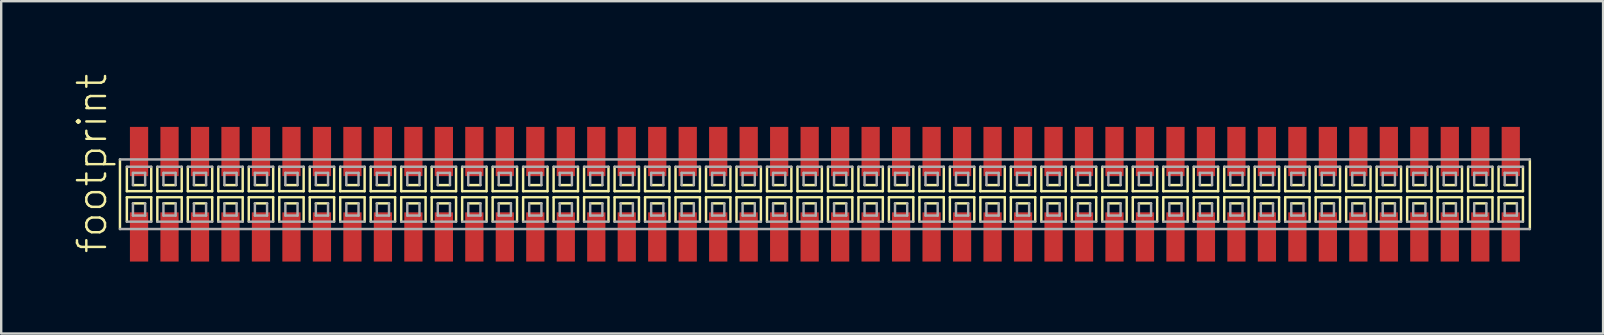
<source format=kicad_pcb>
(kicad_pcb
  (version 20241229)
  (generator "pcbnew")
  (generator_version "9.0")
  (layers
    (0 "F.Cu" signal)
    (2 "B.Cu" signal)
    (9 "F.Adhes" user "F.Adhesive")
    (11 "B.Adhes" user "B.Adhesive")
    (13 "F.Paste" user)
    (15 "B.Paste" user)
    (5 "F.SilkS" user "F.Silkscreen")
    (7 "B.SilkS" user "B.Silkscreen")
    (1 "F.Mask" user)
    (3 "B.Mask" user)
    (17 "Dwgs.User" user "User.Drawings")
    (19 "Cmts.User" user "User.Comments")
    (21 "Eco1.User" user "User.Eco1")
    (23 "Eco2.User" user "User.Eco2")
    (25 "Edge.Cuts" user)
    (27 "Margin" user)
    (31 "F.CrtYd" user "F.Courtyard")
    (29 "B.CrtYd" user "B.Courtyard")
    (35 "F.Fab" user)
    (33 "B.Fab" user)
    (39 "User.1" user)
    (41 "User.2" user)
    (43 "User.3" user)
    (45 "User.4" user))
  (footprint "footprint"
    (layer "F.Cu")
    (at 31.318 5.042)
    (property "Reference" "footprint" (at -29.845 2.54 90) (layer "F.SilkS") (effects (font (size 1.168 1.168) (thickness 0.102)) (justify left bottom)))
    (fp_line (start -29.37 -1.45) (end -29.37 1.45) (stroke (width 0.102) (type solid)) (layer "F.SilkS"))
    (fp_line (start -29.083 -1.143) (end -29.083 -0.127) (stroke (width 0.102) (type solid)) (layer "F.SilkS"))
    (fp_line (start -29.083 -0.127) (end -28.067 -0.127) (stroke (width 0.102) (type solid)) (layer "F.SilkS"))
    (fp_line (start -29.083 0.127) (end -29.083 1.143) (stroke (width 0.102) (type solid)) (layer "F.SilkS"))
    (fp_line (start -28.829 -0.381) (end -28.321 -0.381) (stroke (width 0.102) (type solid)) (layer "F.SilkS"))
    (fp_line (start -28.321 0.381) (end -28.829 0.381) (stroke (width 0.102) (type solid)) (layer "F.SilkS"))
    (fp_line (start -28.067 -0.127) (end -28.067 -1.143) (stroke (width 0.102) (type solid)) (layer "F.SilkS"))
    (fp_line (start -28.067 0.127) (end -29.083 0.127) (stroke (width 0.102) (type solid)) (layer "F.SilkS"))
    (fp_line (start -28.067 1.143) (end -28.067 0.127) (stroke (width 0.102) (type solid)) (layer "F.SilkS"))
    (fp_line (start -27.813 -1.143) (end -27.813 -0.127) (stroke (width 0.102) (type solid)) (layer "F.SilkS"))
    (fp_line (start -27.813 -0.127) (end -26.797 -0.127) (stroke (width 0.102) (type solid)) (layer "F.SilkS"))
    (fp_line (start -27.813 0.127) (end -27.813 1.143) (stroke (width 0.102) (type solid)) (layer "F.SilkS"))
    (fp_line (start -27.559 -0.381) (end -27.051 -0.381) (stroke (width 0.102) (type solid)) (layer "F.SilkS"))
    (fp_line (start -27.051 0.381) (end -27.559 0.381) (stroke (width 0.102) (type solid)) (layer "F.SilkS"))
    (fp_line (start -26.797 -0.127) (end -26.797 -1.143) (stroke (width 0.102) (type solid)) (layer "F.SilkS"))
    (fp_line (start -26.797 0.127) (end -27.813 0.127) (stroke (width 0.102) (type solid)) (layer "F.SilkS"))
    (fp_line (start -26.797 1.143) (end -26.797 0.127) (stroke (width 0.102) (type solid)) (layer "F.SilkS"))
    (fp_line (start -26.543 -1.143) (end -26.543 -0.127) (stroke (width 0.102) (type solid)) (layer "F.SilkS"))
    (fp_line (start -26.543 -0.127) (end -25.527 -0.127) (stroke (width 0.102) (type solid)) (layer "F.SilkS"))
    (fp_line (start -26.543 0.127) (end -26.543 1.143) (stroke (width 0.102) (type solid)) (layer "F.SilkS"))
    (fp_line (start -26.289 -0.381) (end -25.781 -0.381) (stroke (width 0.102) (type solid)) (layer "F.SilkS"))
    (fp_line (start -25.781 0.381) (end -26.289 0.381) (stroke (width 0.102) (type solid)) (layer "F.SilkS"))
    (fp_line (start -25.527 -0.127) (end -25.527 -1.143) (stroke (width 0.102) (type solid)) (layer "F.SilkS"))
    (fp_line (start -25.527 0.127) (end -26.543 0.127) (stroke (width 0.102) (type solid)) (layer "F.SilkS"))
    (fp_line (start -25.527 1.143) (end -25.527 0.127) (stroke (width 0.102) (type solid)) (layer "F.SilkS"))
    (fp_line (start -25.273 -1.143) (end -25.273 -0.127) (stroke (width 0.102) (type solid)) (layer "F.SilkS"))
    (fp_line (start -25.273 -0.127) (end -24.257 -0.127) (stroke (width 0.102) (type solid)) (layer "F.SilkS"))
    (fp_line (start -25.273 0.127) (end -25.273 1.143) (stroke (width 0.102) (type solid)) (layer "F.SilkS"))
    (fp_line (start -25.019 -0.381) (end -24.511 -0.381) (stroke (width 0.102) (type solid)) (layer "F.SilkS"))
    (fp_line (start -24.511 0.381) (end -25.019 0.381) (stroke (width 0.102) (type solid)) (layer "F.SilkS"))
    (fp_line (start -24.257 -0.127) (end -24.257 -1.143) (stroke (width 0.102) (type solid)) (layer "F.SilkS"))
    (fp_line (start -24.257 0.127) (end -25.273 0.127) (stroke (width 0.102) (type solid)) (layer "F.SilkS"))
    (fp_line (start -24.257 1.143) (end -24.257 0.127) (stroke (width 0.102) (type solid)) (layer "F.SilkS"))
    (fp_line (start -24.003 -1.143) (end -24.003 -0.127) (stroke (width 0.102) (type solid)) (layer "F.SilkS"))
    (fp_line (start -24.003 -0.127) (end -22.987 -0.127) (stroke (width 0.102) (type solid)) (layer "F.SilkS"))
    (fp_line (start -24.003 0.127) (end -24.003 1.143) (stroke (width 0.102) (type solid)) (layer "F.SilkS"))
    (fp_line (start -23.749 -0.381) (end -23.241 -0.381) (stroke (width 0.102) (type solid)) (layer "F.SilkS"))
    (fp_line (start -23.241 0.381) (end -23.749 0.381) (stroke (width 0.102) (type solid)) (layer "F.SilkS"))
    (fp_line (start -22.987 -0.127) (end -22.987 -1.143) (stroke (width 0.102) (type solid)) (layer "F.SilkS"))
    (fp_line (start -22.987 0.127) (end -24.003 0.127) (stroke (width 0.102) (type solid)) (layer "F.SilkS"))
    (fp_line (start -22.987 1.143) (end -22.987 0.127) (stroke (width 0.102) (type solid)) (layer "F.SilkS"))
    (fp_line (start -22.733 -1.143) (end -22.733 -0.127) (stroke (width 0.102) (type solid)) (layer "F.SilkS"))
    (fp_line (start -22.733 -0.127) (end -21.717 -0.127) (stroke (width 0.102) (type solid)) (layer "F.SilkS"))
    (fp_line (start -22.733 0.127) (end -22.733 1.143) (stroke (width 0.102) (type solid)) (layer "F.SilkS"))
    (fp_line (start -22.479 -0.381) (end -21.971 -0.381) (stroke (width 0.102) (type solid)) (layer "F.SilkS"))
    (fp_line (start -21.971 0.381) (end -22.479 0.381) (stroke (width 0.102) (type solid)) (layer "F.SilkS"))
    (fp_line (start -21.717 -0.127) (end -21.717 -1.143) (stroke (width 0.102) (type solid)) (layer "F.SilkS"))
    (fp_line (start -21.717 0.127) (end -22.733 0.127) (stroke (width 0.102) (type solid)) (layer "F.SilkS"))
    (fp_line (start -21.717 1.143) (end -21.717 0.127) (stroke (width 0.102) (type solid)) (layer "F.SilkS"))
    (fp_line (start -21.463 -1.143) (end -21.463 -0.127) (stroke (width 0.102) (type solid)) (layer "F.SilkS"))
    (fp_line (start -21.463 -0.127) (end -20.447 -0.127) (stroke (width 0.102) (type solid)) (layer "F.SilkS"))
    (fp_line (start -21.463 0.127) (end -21.463 1.143) (stroke (width 0.102) (type solid)) (layer "F.SilkS"))
    (fp_line (start -21.209 -0.381) (end -20.701 -0.381) (stroke (width 0.102) (type solid)) (layer "F.SilkS"))
    (fp_line (start -20.701 0.381) (end -21.209 0.381) (stroke (width 0.102) (type solid)) (layer "F.SilkS"))
    (fp_line (start -20.447 -0.127) (end -20.447 -1.143) (stroke (width 0.102) (type solid)) (layer "F.SilkS"))
    (fp_line (start -20.447 0.127) (end -21.463 0.127) (stroke (width 0.102) (type solid)) (layer "F.SilkS"))
    (fp_line (start -20.447 1.143) (end -20.447 0.127) (stroke (width 0.102) (type solid)) (layer "F.SilkS"))
    (fp_line (start -20.193 -1.143) (end -20.193 -0.127) (stroke (width 0.102) (type solid)) (layer "F.SilkS"))
    (fp_line (start -20.193 -0.127) (end -19.177 -0.127) (stroke (width 0.102) (type solid)) (layer "F.SilkS"))
    (fp_line (start -20.193 0.127) (end -20.193 1.143) (stroke (width 0.102) (type solid)) (layer "F.SilkS"))
    (fp_line (start -19.939 -0.381) (end -19.431 -0.381) (stroke (width 0.102) (type solid)) (layer "F.SilkS"))
    (fp_line (start -19.431 0.381) (end -19.939 0.381) (stroke (width 0.102) (type solid)) (layer "F.SilkS"))
    (fp_line (start -19.177 -0.127) (end -19.177 -1.143) (stroke (width 0.102) (type solid)) (layer "F.SilkS"))
    (fp_line (start -19.177 0.127) (end -20.193 0.127) (stroke (width 0.102) (type solid)) (layer "F.SilkS"))
    (fp_line (start -19.177 1.143) (end -19.177 0.127) (stroke (width 0.102) (type solid)) (layer "F.SilkS"))
    (fp_line (start -18.923 -1.143) (end -18.923 -0.127) (stroke (width 0.102) (type solid)) (layer "F.SilkS"))
    (fp_line (start -18.923 -0.127) (end -17.907 -0.127) (stroke (width 0.102) (type solid)) (layer "F.SilkS"))
    (fp_line (start -18.923 0.127) (end -18.923 1.143) (stroke (width 0.102) (type solid)) (layer "F.SilkS"))
    (fp_line (start -18.669 -0.381) (end -18.161 -0.381) (stroke (width 0.102) (type solid)) (layer "F.SilkS"))
    (fp_line (start -18.161 0.381) (end -18.669 0.381) (stroke (width 0.102) (type solid)) (layer "F.SilkS"))
    (fp_line (start -17.907 -0.127) (end -17.907 -1.143) (stroke (width 0.102) (type solid)) (layer "F.SilkS"))
    (fp_line (start -17.907 0.127) (end -18.923 0.127) (stroke (width 0.102) (type solid)) (layer "F.SilkS"))
    (fp_line (start -17.907 1.143) (end -17.907 0.127) (stroke (width 0.102) (type solid)) (layer "F.SilkS"))
    (fp_line (start -17.653 -1.143) (end -17.653 -0.127) (stroke (width 0.102) (type solid)) (layer "F.SilkS"))
    (fp_line (start -17.653 -0.127) (end -16.637 -0.127) (stroke (width 0.102) (type solid)) (layer "F.SilkS"))
    (fp_line (start -17.653 0.127) (end -17.653 1.143) (stroke (width 0.102) (type solid)) (layer "F.SilkS"))
    (fp_line (start -17.399 -0.381) (end -16.891 -0.381) (stroke (width 0.102) (type solid)) (layer "F.SilkS"))
    (fp_line (start -16.891 0.381) (end -17.399 0.381) (stroke (width 0.102) (type solid)) (layer "F.SilkS"))
    (fp_line (start -16.637 -0.127) (end -16.637 -1.143) (stroke (width 0.102) (type solid)) (layer "F.SilkS"))
    (fp_line (start -16.637 0.127) (end -17.653 0.127) (stroke (width 0.102) (type solid)) (layer "F.SilkS"))
    (fp_line (start -16.637 1.143) (end -16.637 0.127) (stroke (width 0.102) (type solid)) (layer "F.SilkS"))
    (fp_line (start -16.383 -1.143) (end -16.383 -0.127) (stroke (width 0.102) (type solid)) (layer "F.SilkS"))
    (fp_line (start -16.383 -0.127) (end -15.367 -0.127) (stroke (width 0.102) (type solid)) (layer "F.SilkS"))
    (fp_line (start -16.383 0.127) (end -16.383 1.143) (stroke (width 0.102) (type solid)) (layer "F.SilkS"))
    (fp_line (start -16.129 -0.381) (end -15.621 -0.381) (stroke (width 0.102) (type solid)) (layer "F.SilkS"))
    (fp_line (start -15.621 0.381) (end -16.129 0.381) (stroke (width 0.102) (type solid)) (layer "F.SilkS"))
    (fp_line (start -15.367 -0.127) (end -15.367 -1.143) (stroke (width 0.102) (type solid)) (layer "F.SilkS"))
    (fp_line (start -15.367 0.127) (end -16.383 0.127) (stroke (width 0.102) (type solid)) (layer "F.SilkS"))
    (fp_line (start -15.367 1.143) (end -15.367 0.127) (stroke (width 0.102) (type solid)) (layer "F.SilkS"))
    (fp_line (start -15.113 -1.143) (end -15.113 -0.127) (stroke (width 0.102) (type solid)) (layer "F.SilkS"))
    (fp_line (start -15.113 -0.127) (end -14.097 -0.127) (stroke (width 0.102) (type solid)) (layer "F.SilkS"))
    (fp_line (start -15.113 0.127) (end -15.113 1.143) (stroke (width 0.102) (type solid)) (layer "F.SilkS"))
    (fp_line (start -14.859 -0.381) (end -14.351 -0.381) (stroke (width 0.102) (type solid)) (layer "F.SilkS"))
    (fp_line (start -14.351 0.381) (end -14.859 0.381) (stroke (width 0.102) (type solid)) (layer "F.SilkS"))
    (fp_line (start -14.097 -0.127) (end -14.097 -1.143) (stroke (width 0.102) (type solid)) (layer "F.SilkS"))
    (fp_line (start -14.097 0.127) (end -15.113 0.127) (stroke (width 0.102) (type solid)) (layer "F.SilkS"))
    (fp_line (start -14.097 1.143) (end -14.097 0.127) (stroke (width 0.102) (type solid)) (layer "F.SilkS"))
    (fp_line (start -13.843 -1.143) (end -13.843 -0.127) (stroke (width 0.102) (type solid)) (layer "F.SilkS"))
    (fp_line (start -13.843 -0.127) (end -12.827 -0.127) (stroke (width 0.102) (type solid)) (layer "F.SilkS"))
    (fp_line (start -13.843 0.127) (end -13.843 1.143) (stroke (width 0.102) (type solid)) (layer "F.SilkS"))
    (fp_line (start -13.589 -0.381) (end -13.081 -0.381) (stroke (width 0.102) (type solid)) (layer "F.SilkS"))
    (fp_line (start -13.081 0.381) (end -13.589 0.381) (stroke (width 0.102) (type solid)) (layer "F.SilkS"))
    (fp_line (start -12.827 -0.127) (end -12.827 -1.143) (stroke (width 0.102) (type solid)) (layer "F.SilkS"))
    (fp_line (start -12.827 0.127) (end -13.843 0.127) (stroke (width 0.102) (type solid)) (layer "F.SilkS"))
    (fp_line (start -12.827 1.143) (end -12.827 0.127) (stroke (width 0.102) (type solid)) (layer "F.SilkS"))
    (fp_line (start -12.573 -1.143) (end -12.573 -0.127) (stroke (width 0.102) (type solid)) (layer "F.SilkS"))
    (fp_line (start -12.573 -0.127) (end -11.557 -0.127) (stroke (width 0.102) (type solid)) (layer "F.SilkS"))
    (fp_line (start -12.573 0.127) (end -12.573 1.143) (stroke (width 0.102) (type solid)) (layer "F.SilkS"))
    (fp_line (start -12.319 -0.381) (end -11.811 -0.381) (stroke (width 0.102) (type solid)) (layer "F.SilkS"))
    (fp_line (start -11.811 0.381) (end -12.319 0.381) (stroke (width 0.102) (type solid)) (layer "F.SilkS"))
    (fp_line (start -11.557 -0.127) (end -11.557 -1.143) (stroke (width 0.102) (type solid)) (layer "F.SilkS"))
    (fp_line (start -11.557 0.127) (end -12.573 0.127) (stroke (width 0.102) (type solid)) (layer "F.SilkS"))
    (fp_line (start -11.557 1.143) (end -11.557 0.127) (stroke (width 0.102) (type solid)) (layer "F.SilkS"))
    (fp_line (start -11.303 -1.143) (end -11.303 -0.127) (stroke (width 0.102) (type solid)) (layer "F.SilkS"))
    (fp_line (start -11.303 -0.127) (end -10.287 -0.127) (stroke (width 0.102) (type solid)) (layer "F.SilkS"))
    (fp_line (start -11.303 0.127) (end -11.303 1.143) (stroke (width 0.102) (type solid)) (layer "F.SilkS"))
    (fp_line (start -11.049 -0.381) (end -10.541 -0.381) (stroke (width 0.102) (type solid)) (layer "F.SilkS"))
    (fp_line (start -10.541 0.381) (end -11.049 0.381) (stroke (width 0.102) (type solid)) (layer "F.SilkS"))
    (fp_line (start -10.287 -0.127) (end -10.287 -1.143) (stroke (width 0.102) (type solid)) (layer "F.SilkS"))
    (fp_line (start -10.287 0.127) (end -11.303 0.127) (stroke (width 0.102) (type solid)) (layer "F.SilkS"))
    (fp_line (start -10.287 1.143) (end -10.287 0.127) (stroke (width 0.102) (type solid)) (layer "F.SilkS"))
    (fp_line (start -10.033 -1.143) (end -10.033 -0.127) (stroke (width 0.102) (type solid)) (layer "F.SilkS"))
    (fp_line (start -10.033 -0.127) (end -9.017 -0.127) (stroke (width 0.102) (type solid)) (layer "F.SilkS"))
    (fp_line (start -10.033 0.127) (end -10.033 1.143) (stroke (width 0.102) (type solid)) (layer "F.SilkS"))
    (fp_line (start -9.779 -0.381) (end -9.271 -0.381) (stroke (width 0.102) (type solid)) (layer "F.SilkS"))
    (fp_line (start -9.271 0.381) (end -9.779 0.381) (stroke (width 0.102) (type solid)) (layer "F.SilkS"))
    (fp_line (start -9.017 -0.127) (end -9.017 -1.143) (stroke (width 0.102) (type solid)) (layer "F.SilkS"))
    (fp_line (start -9.017 0.127) (end -10.033 0.127) (stroke (width 0.102) (type solid)) (layer "F.SilkS"))
    (fp_line (start -9.017 1.143) (end -9.017 0.127) (stroke (width 0.102) (type solid)) (layer "F.SilkS"))
    (fp_line (start -8.763 -1.143) (end -8.763 -0.127) (stroke (width 0.102) (type solid)) (layer "F.SilkS"))
    (fp_line (start -8.763 -0.127) (end -7.747 -0.127) (stroke (width 0.102) (type solid)) (layer "F.SilkS"))
    (fp_line (start -8.763 0.127) (end -8.763 1.143) (stroke (width 0.102) (type solid)) (layer "F.SilkS"))
    (fp_line (start -8.509 -0.381) (end -8.001 -0.381) (stroke (width 0.102) (type solid)) (layer "F.SilkS"))
    (fp_line (start -8.001 0.381) (end -8.509 0.381) (stroke (width 0.102) (type solid)) (layer "F.SilkS"))
    (fp_line (start -7.747 -0.127) (end -7.747 -1.143) (stroke (width 0.102) (type solid)) (layer "F.SilkS"))
    (fp_line (start -7.747 0.127) (end -8.763 0.127) (stroke (width 0.102) (type solid)) (layer "F.SilkS"))
    (fp_line (start -7.747 1.143) (end -7.747 0.127) (stroke (width 0.102) (type solid)) (layer "F.SilkS"))
    (fp_line (start -7.493 -1.143) (end -7.493 -0.127) (stroke (width 0.102) (type solid)) (layer "F.SilkS"))
    (fp_line (start -7.493 -0.127) (end -6.477 -0.127) (stroke (width 0.102) (type solid)) (layer "F.SilkS"))
    (fp_line (start -7.493 0.127) (end -7.493 1.143) (stroke (width 0.102) (type solid)) (layer "F.SilkS"))
    (fp_line (start -7.239 -0.381) (end -6.731 -0.381) (stroke (width 0.102) (type solid)) (layer "F.SilkS"))
    (fp_line (start -6.731 0.381) (end -7.239 0.381) (stroke (width 0.102) (type solid)) (layer "F.SilkS"))
    (fp_line (start -6.477 -0.127) (end -6.477 -1.143) (stroke (width 0.102) (type solid)) (layer "F.SilkS"))
    (fp_line (start -6.477 0.127) (end -7.493 0.127) (stroke (width 0.102) (type solid)) (layer "F.SilkS"))
    (fp_line (start -6.477 1.143) (end -6.477 0.127) (stroke (width 0.102) (type solid)) (layer "F.SilkS"))
    (fp_line (start -6.223 -1.143) (end -6.223 -0.127) (stroke (width 0.102) (type solid)) (layer "F.SilkS"))
    (fp_line (start -6.223 -0.127) (end -5.207 -0.127) (stroke (width 0.102) (type solid)) (layer "F.SilkS"))
    (fp_line (start -6.223 0.127) (end -6.223 1.143) (stroke (width 0.102) (type solid)) (layer "F.SilkS"))
    (fp_line (start -5.969 -0.381) (end -5.461 -0.381) (stroke (width 0.102) (type solid)) (layer "F.SilkS"))
    (fp_line (start -5.461 0.381) (end -5.969 0.381) (stroke (width 0.102) (type solid)) (layer "F.SilkS"))
    (fp_line (start -5.207 -0.127) (end -5.207 -1.143) (stroke (width 0.102) (type solid)) (layer "F.SilkS"))
    (fp_line (start -5.207 0.127) (end -6.223 0.127) (stroke (width 0.102) (type solid)) (layer "F.SilkS"))
    (fp_line (start -5.207 1.143) (end -5.207 0.127) (stroke (width 0.102) (type solid)) (layer "F.SilkS"))
    (fp_line (start -4.953 -1.143) (end -4.953 -0.127) (stroke (width 0.102) (type solid)) (layer "F.SilkS"))
    (fp_line (start -4.953 -0.127) (end -3.937 -0.127) (stroke (width 0.102) (type solid)) (layer "F.SilkS"))
    (fp_line (start -4.953 0.127) (end -4.953 1.143) (stroke (width 0.102) (type solid)) (layer "F.SilkS"))
    (fp_line (start -4.699 -0.381) (end -4.191 -0.381) (stroke (width 0.102) (type solid)) (layer "F.SilkS"))
    (fp_line (start -4.191 0.381) (end -4.699 0.381) (stroke (width 0.102) (type solid)) (layer "F.SilkS"))
    (fp_line (start -3.937 -0.127) (end -3.937 -1.143) (stroke (width 0.102) (type solid)) (layer "F.SilkS"))
    (fp_line (start -3.937 0.127) (end -4.953 0.127) (stroke (width 0.102) (type solid)) (layer "F.SilkS"))
    (fp_line (start -3.937 1.143) (end -3.937 0.127) (stroke (width 0.102) (type solid)) (layer "F.SilkS"))
    (fp_line (start -3.683 -1.143) (end -3.683 -0.127) (stroke (width 0.102) (type solid)) (layer "F.SilkS"))
    (fp_line (start -3.683 -0.127) (end -2.667 -0.127) (stroke (width 0.102) (type solid)) (layer "F.SilkS"))
    (fp_line (start -3.683 0.127) (end -3.683 1.143) (stroke (width 0.102) (type solid)) (layer "F.SilkS"))
    (fp_line (start -3.429 -0.381) (end -2.921 -0.381) (stroke (width 0.102) (type solid)) (layer "F.SilkS"))
    (fp_line (start -2.921 0.381) (end -3.429 0.381) (stroke (width 0.102) (type solid)) (layer "F.SilkS"))
    (fp_line (start -2.667 -0.127) (end -2.667 -1.143) (stroke (width 0.102) (type solid)) (layer "F.SilkS"))
    (fp_line (start -2.667 0.127) (end -3.683 0.127) (stroke (width 0.102) (type solid)) (layer "F.SilkS"))
    (fp_line (start -2.667 1.143) (end -2.667 0.127) (stroke (width 0.102) (type solid)) (layer "F.SilkS"))
    (fp_line (start -2.413 -1.143) (end -2.413 -0.127) (stroke (width 0.102) (type solid)) (layer "F.SilkS"))
    (fp_line (start -2.413 -0.127) (end -1.397 -0.127) (stroke (width 0.102) (type solid)) (layer "F.SilkS"))
    (fp_line (start -2.413 0.127) (end -2.413 1.143) (stroke (width 0.102) (type solid)) (layer "F.SilkS"))
    (fp_line (start -2.159 -0.381) (end -1.651 -0.381) (stroke (width 0.102) (type solid)) (layer "F.SilkS"))
    (fp_line (start -1.651 0.381) (end -2.159 0.381) (stroke (width 0.102) (type solid)) (layer "F.SilkS"))
    (fp_line (start -1.397 -0.127) (end -1.397 -1.143) (stroke (width 0.102) (type solid)) (layer "F.SilkS"))
    (fp_line (start -1.397 0.127) (end -2.413 0.127) (stroke (width 0.102) (type solid)) (layer "F.SilkS"))
    (fp_line (start -1.397 1.143) (end -1.397 0.127) (stroke (width 0.102) (type solid)) (layer "F.SilkS"))
    (fp_line (start -1.143 -1.143) (end -1.143 -0.127) (stroke (width 0.102) (type solid)) (layer "F.SilkS"))
    (fp_line (start -1.143 -0.127) (end -0.127 -0.127) (stroke (width 0.102) (type solid)) (layer "F.SilkS"))
    (fp_line (start -1.143 0.127) (end -1.143 1.143) (stroke (width 0.102) (type solid)) (layer "F.SilkS"))
    (fp_line (start -0.889 -0.381) (end -0.381 -0.381) (stroke (width 0.102) (type solid)) (layer "F.SilkS"))
    (fp_line (start -0.381 0.381) (end -0.889 0.381) (stroke (width 0.102) (type solid)) (layer "F.SilkS"))
    (fp_line (start -0.127 -0.127) (end -0.127 -1.143) (stroke (width 0.102) (type solid)) (layer "F.SilkS"))
    (fp_line (start -0.127 0.127) (end -1.143 0.127) (stroke (width 0.102) (type solid)) (layer "F.SilkS"))
    (fp_line (start -0.127 1.143) (end -0.127 0.127) (stroke (width 0.102) (type solid)) (layer "F.SilkS"))
    (fp_line (start 0.127 -1.143) (end 0.127 -0.127) (stroke (width 0.102) (type solid)) (layer "F.SilkS"))
    (fp_line (start 0.127 -0.127) (end 1.143 -0.127) (stroke (width 0.102) (type solid)) (layer "F.SilkS"))
    (fp_line (start 0.127 0.127) (end 0.127 1.143) (stroke (width 0.102) (type solid)) (layer "F.SilkS"))
    (fp_line (start 0.381 -0.381) (end 0.889 -0.381) (stroke (width 0.102) (type solid)) (layer "F.SilkS"))
    (fp_line (start 0.889 0.381) (end 0.381 0.381) (stroke (width 0.102) (type solid)) (layer "F.SilkS"))
    (fp_line (start 1.143 -0.127) (end 1.143 -1.143) (stroke (width 0.102) (type solid)) (layer "F.SilkS"))
    (fp_line (start 1.143 0.127) (end 0.127 0.127) (stroke (width 0.102) (type solid)) (layer "F.SilkS"))
    (fp_line (start 1.143 1.143) (end 1.143 0.127) (stroke (width 0.102) (type solid)) (layer "F.SilkS"))
    (fp_line (start 1.397 -1.143) (end 1.397 -0.127) (stroke (width 0.102) (type solid)) (layer "F.SilkS"))
    (fp_line (start 1.397 -0.127) (end 2.413 -0.127) (stroke (width 0.102) (type solid)) (layer "F.SilkS"))
    (fp_line (start 1.397 0.127) (end 1.397 1.143) (stroke (width 0.102) (type solid)) (layer "F.SilkS"))
    (fp_line (start 1.651 -0.381) (end 2.159 -0.381) (stroke (width 0.102) (type solid)) (layer "F.SilkS"))
    (fp_line (start 2.159 0.381) (end 1.651 0.381) (stroke (width 0.102) (type solid)) (layer "F.SilkS"))
    (fp_line (start 2.413 -0.127) (end 2.413 -1.143) (stroke (width 0.102) (type solid)) (layer "F.SilkS"))
    (fp_line (start 2.413 0.127) (end 1.397 0.127) (stroke (width 0.102) (type solid)) (layer "F.SilkS"))
    (fp_line (start 2.413 1.143) (end 2.413 0.127) (stroke (width 0.102) (type solid)) (layer "F.SilkS"))
    (fp_line (start 2.667 -1.143) (end 2.667 -0.127) (stroke (width 0.102) (type solid)) (layer "F.SilkS"))
    (fp_line (start 2.667 -0.127) (end 3.683 -0.127) (stroke (width 0.102) (type solid)) (layer "F.SilkS"))
    (fp_line (start 2.667 0.127) (end 2.667 1.143) (stroke (width 0.102) (type solid)) (layer "F.SilkS"))
    (fp_line (start 2.921 -0.381) (end 3.429 -0.381) (stroke (width 0.102) (type solid)) (layer "F.SilkS"))
    (fp_line (start 3.429 0.381) (end 2.921 0.381) (stroke (width 0.102) (type solid)) (layer "F.SilkS"))
    (fp_line (start 3.683 -0.127) (end 3.683 -1.143) (stroke (width 0.102) (type solid)) (layer "F.SilkS"))
    (fp_line (start 3.683 0.127) (end 2.667 0.127) (stroke (width 0.102) (type solid)) (layer "F.SilkS"))
    (fp_line (start 3.683 1.143) (end 3.683 0.127) (stroke (width 0.102) (type solid)) (layer "F.SilkS"))
    (fp_line (start 3.937 -1.143) (end 3.937 -0.127) (stroke (width 0.102) (type solid)) (layer "F.SilkS"))
    (fp_line (start 3.937 -0.127) (end 4.953 -0.127) (stroke (width 0.102) (type solid)) (layer "F.SilkS"))
    (fp_line (start 3.937 0.127) (end 3.937 1.143) (stroke (width 0.102) (type solid)) (layer "F.SilkS"))
    (fp_line (start 4.191 -0.381) (end 4.699 -0.381) (stroke (width 0.102) (type solid)) (layer "F.SilkS"))
    (fp_line (start 4.699 0.381) (end 4.191 0.381) (stroke (width 0.102) (type solid)) (layer "F.SilkS"))
    (fp_line (start 4.953 -0.127) (end 4.953 -1.143) (stroke (width 0.102) (type solid)) (layer "F.SilkS"))
    (fp_line (start 4.953 0.127) (end 3.937 0.127) (stroke (width 0.102) (type solid)) (layer "F.SilkS"))
    (fp_line (start 4.953 1.143) (end 4.953 0.127) (stroke (width 0.102) (type solid)) (layer "F.SilkS"))
    (fp_line (start 5.207 -1.143) (end 5.207 -0.127) (stroke (width 0.102) (type solid)) (layer "F.SilkS"))
    (fp_line (start 5.207 -0.127) (end 6.223 -0.127) (stroke (width 0.102) (type solid)) (layer "F.SilkS"))
    (fp_line (start 5.207 0.127) (end 5.207 1.143) (stroke (width 0.102) (type solid)) (layer "F.SilkS"))
    (fp_line (start 5.461 -0.381) (end 5.969 -0.381) (stroke (width 0.102) (type solid)) (layer "F.SilkS"))
    (fp_line (start 5.969 0.381) (end 5.461 0.381) (stroke (width 0.102) (type solid)) (layer "F.SilkS"))
    (fp_line (start 6.223 -0.127) (end 6.223 -1.143) (stroke (width 0.102) (type solid)) (layer "F.SilkS"))
    (fp_line (start 6.223 0.127) (end 5.207 0.127) (stroke (width 0.102) (type solid)) (layer "F.SilkS"))
    (fp_line (start 6.223 1.143) (end 6.223 0.127) (stroke (width 0.102) (type solid)) (layer "F.SilkS"))
    (fp_line (start 6.477 -1.143) (end 6.477 -0.127) (stroke (width 0.102) (type solid)) (layer "F.SilkS"))
    (fp_line (start 6.477 -0.127) (end 7.493 -0.127) (stroke (width 0.102) (type solid)) (layer "F.SilkS"))
    (fp_line (start 6.477 0.127) (end 6.477 1.143) (stroke (width 0.102) (type solid)) (layer "F.SilkS"))
    (fp_line (start 6.731 -0.381) (end 7.239 -0.381) (stroke (width 0.102) (type solid)) (layer "F.SilkS"))
    (fp_line (start 7.239 0.381) (end 6.731 0.381) (stroke (width 0.102) (type solid)) (layer "F.SilkS"))
    (fp_line (start 7.493 -0.127) (end 7.493 -1.143) (stroke (width 0.102) (type solid)) (layer "F.SilkS"))
    (fp_line (start 7.493 0.127) (end 6.477 0.127) (stroke (width 0.102) (type solid)) (layer "F.SilkS"))
    (fp_line (start 7.493 1.143) (end 7.493 0.127) (stroke (width 0.102) (type solid)) (layer "F.SilkS"))
    (fp_line (start 7.747 -1.143) (end 7.747 -0.127) (stroke (width 0.102) (type solid)) (layer "F.SilkS"))
    (fp_line (start 7.747 -0.127) (end 8.763 -0.127) (stroke (width 0.102) (type solid)) (layer "F.SilkS"))
    (fp_line (start 7.747 0.127) (end 7.747 1.143) (stroke (width 0.102) (type solid)) (layer "F.SilkS"))
    (fp_line (start 8.001 -0.381) (end 8.509 -0.381) (stroke (width 0.102) (type solid)) (layer "F.SilkS"))
    (fp_line (start 8.509 0.381) (end 8.001 0.381) (stroke (width 0.102) (type solid)) (layer "F.SilkS"))
    (fp_line (start 8.763 -0.127) (end 8.763 -1.143) (stroke (width 0.102) (type solid)) (layer "F.SilkS"))
    (fp_line (start 8.763 0.127) (end 7.747 0.127) (stroke (width 0.102) (type solid)) (layer "F.SilkS"))
    (fp_line (start 8.763 1.143) (end 8.763 0.127) (stroke (width 0.102) (type solid)) (layer "F.SilkS"))
    (fp_line (start 9.017 -1.143) (end 9.017 -0.127) (stroke (width 0.102) (type solid)) (layer "F.SilkS"))
    (fp_line (start 9.017 -0.127) (end 10.033 -0.127) (stroke (width 0.102) (type solid)) (layer "F.SilkS"))
    (fp_line (start 9.017 0.127) (end 9.017 1.143) (stroke (width 0.102) (type solid)) (layer "F.SilkS"))
    (fp_line (start 9.271 -0.381) (end 9.779 -0.381) (stroke (width 0.102) (type solid)) (layer "F.SilkS"))
    (fp_line (start 9.779 0.381) (end 9.271 0.381) (stroke (width 0.102) (type solid)) (layer "F.SilkS"))
    (fp_line (start 10.033 -0.127) (end 10.033 -1.143) (stroke (width 0.102) (type solid)) (layer "F.SilkS"))
    (fp_line (start 10.033 0.127) (end 9.017 0.127) (stroke (width 0.102) (type solid)) (layer "F.SilkS"))
    (fp_line (start 10.033 1.143) (end 10.033 0.127) (stroke (width 0.102) (type solid)) (layer "F.SilkS"))
    (fp_line (start 10.287 -1.143) (end 10.287 -0.127) (stroke (width 0.102) (type solid)) (layer "F.SilkS"))
    (fp_line (start 10.287 -0.127) (end 11.303 -0.127) (stroke (width 0.102) (type solid)) (layer "F.SilkS"))
    (fp_line (start 10.287 0.127) (end 10.287 1.143) (stroke (width 0.102) (type solid)) (layer "F.SilkS"))
    (fp_line (start 10.541 -0.381) (end 11.049 -0.381) (stroke (width 0.102) (type solid)) (layer "F.SilkS"))
    (fp_line (start 11.049 0.381) (end 10.541 0.381) (stroke (width 0.102) (type solid)) (layer "F.SilkS"))
    (fp_line (start 11.303 -0.127) (end 11.303 -1.143) (stroke (width 0.102) (type solid)) (layer "F.SilkS"))
    (fp_line (start 11.303 0.127) (end 10.287 0.127) (stroke (width 0.102) (type solid)) (layer "F.SilkS"))
    (fp_line (start 11.303 1.143) (end 11.303 0.127) (stroke (width 0.102) (type solid)) (layer "F.SilkS"))
    (fp_line (start 11.557 -1.143) (end 11.557 -0.127) (stroke (width 0.102) (type solid)) (layer "F.SilkS"))
    (fp_line (start 11.557 -0.127) (end 12.573 -0.127) (stroke (width 0.102) (type solid)) (layer "F.SilkS"))
    (fp_line (start 11.557 0.127) (end 11.557 1.143) (stroke (width 0.102) (type solid)) (layer "F.SilkS"))
    (fp_line (start 11.811 -0.381) (end 12.319 -0.381) (stroke (width 0.102) (type solid)) (layer "F.SilkS"))
    (fp_line (start 12.319 0.381) (end 11.811 0.381) (stroke (width 0.102) (type solid)) (layer "F.SilkS"))
    (fp_line (start 12.573 -0.127) (end 12.573 -1.143) (stroke (width 0.102) (type solid)) (layer "F.SilkS"))
    (fp_line (start 12.573 0.127) (end 11.557 0.127) (stroke (width 0.102) (type solid)) (layer "F.SilkS"))
    (fp_line (start 12.573 1.143) (end 12.573 0.127) (stroke (width 0.102) (type solid)) (layer "F.SilkS"))
    (fp_line (start 12.827 -1.143) (end 12.827 -0.127) (stroke (width 0.102) (type solid)) (layer "F.SilkS"))
    (fp_line (start 12.827 -0.127) (end 13.843 -0.127) (stroke (width 0.102) (type solid)) (layer "F.SilkS"))
    (fp_line (start 12.827 0.127) (end 12.827 1.143) (stroke (width 0.102) (type solid)) (layer "F.SilkS"))
    (fp_line (start 13.081 -0.381) (end 13.589 -0.381) (stroke (width 0.102) (type solid)) (layer "F.SilkS"))
    (fp_line (start 13.589 0.381) (end 13.081 0.381) (stroke (width 0.102) (type solid)) (layer "F.SilkS"))
    (fp_line (start 13.843 -0.127) (end 13.843 -1.143) (stroke (width 0.102) (type solid)) (layer "F.SilkS"))
    (fp_line (start 13.843 0.127) (end 12.827 0.127) (stroke (width 0.102) (type solid)) (layer "F.SilkS"))
    (fp_line (start 13.843 1.143) (end 13.843 0.127) (stroke (width 0.102) (type solid)) (layer "F.SilkS"))
    (fp_line (start 14.097 -1.143) (end 14.097 -0.127) (stroke (width 0.102) (type solid)) (layer "F.SilkS"))
    (fp_line (start 14.097 -0.127) (end 15.113 -0.127) (stroke (width 0.102) (type solid)) (layer "F.SilkS"))
    (fp_line (start 14.097 0.127) (end 14.097 1.143) (stroke (width 0.102) (type solid)) (layer "F.SilkS"))
    (fp_line (start 14.351 -0.381) (end 14.859 -0.381) (stroke (width 0.102) (type solid)) (layer "F.SilkS"))
    (fp_line (start 14.859 0.381) (end 14.351 0.381) (stroke (width 0.102) (type solid)) (layer "F.SilkS"))
    (fp_line (start 15.113 -0.127) (end 15.113 -1.143) (stroke (width 0.102) (type solid)) (layer "F.SilkS"))
    (fp_line (start 15.113 0.127) (end 14.097 0.127) (stroke (width 0.102) (type solid)) (layer "F.SilkS"))
    (fp_line (start 15.113 1.143) (end 15.113 0.127) (stroke (width 0.102) (type solid)) (layer "F.SilkS"))
    (fp_line (start 15.367 -1.143) (end 15.367 -0.127) (stroke (width 0.102) (type solid)) (layer "F.SilkS"))
    (fp_line (start 15.367 -0.127) (end 16.383 -0.127) (stroke (width 0.102) (type solid)) (layer "F.SilkS"))
    (fp_line (start 15.367 0.127) (end 15.367 1.143) (stroke (width 0.102) (type solid)) (layer "F.SilkS"))
    (fp_line (start 15.621 -0.381) (end 16.129 -0.381) (stroke (width 0.102) (type solid)) (layer "F.SilkS"))
    (fp_line (start 16.129 0.381) (end 15.621 0.381) (stroke (width 0.102) (type solid)) (layer "F.SilkS"))
    (fp_line (start 16.383 -0.127) (end 16.383 -1.143) (stroke (width 0.102) (type solid)) (layer "F.SilkS"))
    (fp_line (start 16.383 0.127) (end 15.367 0.127) (stroke (width 0.102) (type solid)) (layer "F.SilkS"))
    (fp_line (start 16.383 1.143) (end 16.383 0.127) (stroke (width 0.102) (type solid)) (layer "F.SilkS"))
    (fp_line (start 16.637 -1.143) (end 16.637 -0.127) (stroke (width 0.102) (type solid)) (layer "F.SilkS"))
    (fp_line (start 16.637 -0.127) (end 17.653 -0.127) (stroke (width 0.102) (type solid)) (layer "F.SilkS"))
    (fp_line (start 16.637 0.127) (end 16.637 1.143) (stroke (width 0.102) (type solid)) (layer "F.SilkS"))
    (fp_line (start 16.891 -0.381) (end 17.399 -0.381) (stroke (width 0.102) (type solid)) (layer "F.SilkS"))
    (fp_line (start 17.399 0.381) (end 16.891 0.381) (stroke (width 0.102) (type solid)) (layer "F.SilkS"))
    (fp_line (start 17.653 -0.127) (end 17.653 -1.143) (stroke (width 0.102) (type solid)) (layer "F.SilkS"))
    (fp_line (start 17.653 0.127) (end 16.637 0.127) (stroke (width 0.102) (type solid)) (layer "F.SilkS"))
    (fp_line (start 17.653 1.143) (end 17.653 0.127) (stroke (width 0.102) (type solid)) (layer "F.SilkS"))
    (fp_line (start 17.907 -1.143) (end 17.907 -0.127) (stroke (width 0.102) (type solid)) (layer "F.SilkS"))
    (fp_line (start 17.907 -0.127) (end 18.923 -0.127) (stroke (width 0.102) (type solid)) (layer "F.SilkS"))
    (fp_line (start 17.907 0.127) (end 17.907 1.143) (stroke (width 0.102) (type solid)) (layer "F.SilkS"))
    (fp_line (start 18.161 -0.381) (end 18.669 -0.381) (stroke (width 0.102) (type solid)) (layer "F.SilkS"))
    (fp_line (start 18.669 0.381) (end 18.161 0.381) (stroke (width 0.102) (type solid)) (layer "F.SilkS"))
    (fp_line (start 18.923 -0.127) (end 18.923 -1.143) (stroke (width 0.102) (type solid)) (layer "F.SilkS"))
    (fp_line (start 18.923 0.127) (end 17.907 0.127) (stroke (width 0.102) (type solid)) (layer "F.SilkS"))
    (fp_line (start 18.923 1.143) (end 18.923 0.127) (stroke (width 0.102) (type solid)) (layer "F.SilkS"))
    (fp_line (start 19.177 -1.143) (end 19.177 -0.127) (stroke (width 0.102) (type solid)) (layer "F.SilkS"))
    (fp_line (start 19.177 -0.127) (end 20.193 -0.127) (stroke (width 0.102) (type solid)) (layer "F.SilkS"))
    (fp_line (start 19.177 0.127) (end 19.177 1.143) (stroke (width 0.102) (type solid)) (layer "F.SilkS"))
    (fp_line (start 19.431 -0.381) (end 19.939 -0.381) (stroke (width 0.102) (type solid)) (layer "F.SilkS"))
    (fp_line (start 19.939 0.381) (end 19.431 0.381) (stroke (width 0.102) (type solid)) (layer "F.SilkS"))
    (fp_line (start 20.193 -0.127) (end 20.193 -1.143) (stroke (width 0.102) (type solid)) (layer "F.SilkS"))
    (fp_line (start 20.193 0.127) (end 19.177 0.127) (stroke (width 0.102) (type solid)) (layer "F.SilkS"))
    (fp_line (start 20.193 1.143) (end 20.193 0.127) (stroke (width 0.102) (type solid)) (layer "F.SilkS"))
    (fp_line (start 20.447 -1.143) (end 20.447 -0.127) (stroke (width 0.102) (type solid)) (layer "F.SilkS"))
    (fp_line (start 20.447 -0.127) (end 21.463 -0.127) (stroke (width 0.102) (type solid)) (layer "F.SilkS"))
    (fp_line (start 20.447 0.127) (end 20.447 1.143) (stroke (width 0.102) (type solid)) (layer "F.SilkS"))
    (fp_line (start 20.701 -0.381) (end 21.209 -0.381) (stroke (width 0.102) (type solid)) (layer "F.SilkS"))
    (fp_line (start 21.209 0.381) (end 20.701 0.381) (stroke (width 0.102) (type solid)) (layer "F.SilkS"))
    (fp_line (start 21.463 -0.127) (end 21.463 -1.143) (stroke (width 0.102) (type solid)) (layer "F.SilkS"))
    (fp_line (start 21.463 0.127) (end 20.447 0.127) (stroke (width 0.102) (type solid)) (layer "F.SilkS"))
    (fp_line (start 21.463 1.143) (end 21.463 0.127) (stroke (width 0.102) (type solid)) (layer "F.SilkS"))
    (fp_line (start 21.717 -1.143) (end 21.717 -0.127) (stroke (width 0.102) (type solid)) (layer "F.SilkS"))
    (fp_line (start 21.717 -0.127) (end 22.733 -0.127) (stroke (width 0.102) (type solid)) (layer "F.SilkS"))
    (fp_line (start 21.717 0.127) (end 21.717 1.143) (stroke (width 0.102) (type solid)) (layer "F.SilkS"))
    (fp_line (start 21.971 -0.381) (end 22.479 -0.381) (stroke (width 0.102) (type solid)) (layer "F.SilkS"))
    (fp_line (start 22.479 0.381) (end 21.971 0.381) (stroke (width 0.102) (type solid)) (layer "F.SilkS"))
    (fp_line (start 22.733 -0.127) (end 22.733 -1.143) (stroke (width 0.102) (type solid)) (layer "F.SilkS"))
    (fp_line (start 22.733 0.127) (end 21.717 0.127) (stroke (width 0.102) (type solid)) (layer "F.SilkS"))
    (fp_line (start 22.733 1.143) (end 22.733 0.127) (stroke (width 0.102) (type solid)) (layer "F.SilkS"))
    (fp_line (start 22.987 -1.143) (end 22.987 -0.127) (stroke (width 0.102) (type solid)) (layer "F.SilkS"))
    (fp_line (start 22.987 -0.127) (end 24.003 -0.127) (stroke (width 0.102) (type solid)) (layer "F.SilkS"))
    (fp_line (start 22.987 0.127) (end 22.987 1.143) (stroke (width 0.102) (type solid)) (layer "F.SilkS"))
    (fp_line (start 23.241 -0.381) (end 23.749 -0.381) (stroke (width 0.102) (type solid)) (layer "F.SilkS"))
    (fp_line (start 23.749 0.381) (end 23.241 0.381) (stroke (width 0.102) (type solid)) (layer "F.SilkS"))
    (fp_line (start 24.003 -0.127) (end 24.003 -1.143) (stroke (width 0.102) (type solid)) (layer "F.SilkS"))
    (fp_line (start 24.003 0.127) (end 22.987 0.127) (stroke (width 0.102) (type solid)) (layer "F.SilkS"))
    (fp_line (start 24.003 1.143) (end 24.003 0.127) (stroke (width 0.102) (type solid)) (layer "F.SilkS"))
    (fp_line (start 24.257 -1.143) (end 24.257 -0.127) (stroke (width 0.102) (type solid)) (layer "F.SilkS"))
    (fp_line (start 24.257 -0.127) (end 25.273 -0.127) (stroke (width 0.102) (type solid)) (layer "F.SilkS"))
    (fp_line (start 24.257 0.127) (end 24.257 1.143) (stroke (width 0.102) (type solid)) (layer "F.SilkS"))
    (fp_line (start 24.511 -0.381) (end 25.019 -0.381) (stroke (width 0.102) (type solid)) (layer "F.SilkS"))
    (fp_line (start 25.019 0.381) (end 24.511 0.381) (stroke (width 0.102) (type solid)) (layer "F.SilkS"))
    (fp_line (start 25.273 -0.127) (end 25.273 -1.143) (stroke (width 0.102) (type solid)) (layer "F.SilkS"))
    (fp_line (start 25.273 0.127) (end 24.257 0.127) (stroke (width 0.102) (type solid)) (layer "F.SilkS"))
    (fp_line (start 25.273 1.143) (end 25.273 0.127) (stroke (width 0.102) (type solid)) (layer "F.SilkS"))
    (fp_line (start 25.527 -1.143) (end 25.527 -0.127) (stroke (width 0.102) (type solid)) (layer "F.SilkS"))
    (fp_line (start 25.527 -0.127) (end 26.543 -0.127) (stroke (width 0.102) (type solid)) (layer "F.SilkS"))
    (fp_line (start 25.527 0.127) (end 25.527 1.143) (stroke (width 0.102) (type solid)) (layer "F.SilkS"))
    (fp_line (start 25.781 -0.381) (end 26.289 -0.381) (stroke (width 0.102) (type solid)) (layer "F.SilkS"))
    (fp_line (start 26.289 0.381) (end 25.781 0.381) (stroke (width 0.102) (type solid)) (layer "F.SilkS"))
    (fp_line (start 26.543 -0.127) (end 26.543 -1.143) (stroke (width 0.102) (type solid)) (layer "F.SilkS"))
    (fp_line (start 26.543 0.127) (end 25.527 0.127) (stroke (width 0.102) (type solid)) (layer "F.SilkS"))
    (fp_line (start 26.543 1.143) (end 26.543 0.127) (stroke (width 0.102) (type solid)) (layer "F.SilkS"))
    (fp_line (start 26.797 -1.143) (end 26.797 -0.127) (stroke (width 0.102) (type solid)) (layer "F.SilkS"))
    (fp_line (start 26.797 -0.127) (end 27.813 -0.127) (stroke (width 0.102) (type solid)) (layer "F.SilkS"))
    (fp_line (start 26.797 0.127) (end 26.797 1.143) (stroke (width 0.102) (type solid)) (layer "F.SilkS"))
    (fp_line (start 27.051 -0.381) (end 27.559 -0.381) (stroke (width 0.102) (type solid)) (layer "F.SilkS"))
    (fp_line (start 27.559 0.381) (end 27.051 0.381) (stroke (width 0.102) (type solid)) (layer "F.SilkS"))
    (fp_line (start 27.813 -0.127) (end 27.813 -1.143) (stroke (width 0.102) (type solid)) (layer "F.SilkS"))
    (fp_line (start 27.813 0.127) (end 26.797 0.127) (stroke (width 0.102) (type solid)) (layer "F.SilkS"))
    (fp_line (start 27.813 1.143) (end 27.813 0.127) (stroke (width 0.102) (type solid)) (layer "F.SilkS"))
    (fp_line (start 28.067 -1.143) (end 28.067 -0.127) (stroke (width 0.102) (type solid)) (layer "F.SilkS"))
    (fp_line (start 28.067 -0.127) (end 29.083 -0.127) (stroke (width 0.102) (type solid)) (layer "F.SilkS"))
    (fp_line (start 28.067 0.127) (end 28.067 1.143) (stroke (width 0.102) (type solid)) (layer "F.SilkS"))
    (fp_line (start 28.321 -0.381) (end 28.829 -0.381) (stroke (width 0.102) (type solid)) (layer "F.SilkS"))
    (fp_line (start 28.829 0.381) (end 28.321 0.381) (stroke (width 0.102) (type solid)) (layer "F.SilkS"))
    (fp_line (start 29.083 -0.127) (end 29.083 -1.143) (stroke (width 0.102) (type solid)) (layer "F.SilkS"))
    (fp_line (start 29.083 0.127) (end 28.067 0.127) (stroke (width 0.102) (type solid)) (layer "F.SilkS"))
    (fp_line (start 29.083 1.143) (end 29.083 0.127) (stroke (width 0.102) (type solid)) (layer "F.SilkS"))
    (fp_line (start 29.37 1.45) (end 29.37 -1.45) (stroke (width 0.102) (type solid)) (layer "F.SilkS"))
    (fp_line (start -29.37 1.45) (end 29.37 1.45) (stroke (width 0.102) (type solid)) (layer "F.Fab"))
    (fp_line (start -29.083 1.143) (end -28.067 1.143) (stroke (width 0.102) (type solid)) (layer "F.Fab"))
    (fp_line (start -28.829 -0.889) (end -28.829 -0.381) (stroke (width 0.102) (type solid)) (layer "F.Fab"))
    (fp_line (start -28.829 0.381) (end -28.829 0.889) (stroke (width 0.102) (type solid)) (layer "F.Fab"))
    (fp_line (start -28.829 0.889) (end -28.321 0.889) (stroke (width 0.102) (type solid)) (layer "F.Fab"))
    (fp_line (start -28.321 -0.889) (end -28.829 -0.889) (stroke (width 0.102) (type solid)) (layer "F.Fab"))
    (fp_line (start -28.321 -0.381) (end -28.321 -0.889) (stroke (width 0.102) (type solid)) (layer "F.Fab"))
    (fp_line (start -28.321 0.889) (end -28.321 0.381) (stroke (width 0.102) (type solid)) (layer "F.Fab"))
    (fp_line (start -28.067 -1.143) (end -29.083 -1.143) (stroke (width 0.102) (type solid)) (layer "F.Fab"))
    (fp_line (start -27.813 1.143) (end -26.797 1.143) (stroke (width 0.102) (type solid)) (layer "F.Fab"))
    (fp_line (start -27.559 -0.889) (end -27.559 -0.381) (stroke (width 0.102) (type solid)) (layer "F.Fab"))
    (fp_line (start -27.559 0.381) (end -27.559 0.889) (stroke (width 0.102) (type solid)) (layer "F.Fab"))
    (fp_line (start -27.559 0.889) (end -27.051 0.889) (stroke (width 0.102) (type solid)) (layer "F.Fab"))
    (fp_line (start -27.051 -0.889) (end -27.559 -0.889) (stroke (width 0.102) (type solid)) (layer "F.Fab"))
    (fp_line (start -27.051 -0.381) (end -27.051 -0.889) (stroke (width 0.102) (type solid)) (layer "F.Fab"))
    (fp_line (start -27.051 0.889) (end -27.051 0.381) (stroke (width 0.102) (type solid)) (layer "F.Fab"))
    (fp_line (start -26.797 -1.143) (end -27.813 -1.143) (stroke (width 0.102) (type solid)) (layer "F.Fab"))
    (fp_line (start -26.543 1.143) (end -25.527 1.143) (stroke (width 0.102) (type solid)) (layer "F.Fab"))
    (fp_line (start -26.289 -0.889) (end -26.289 -0.381) (stroke (width 0.102) (type solid)) (layer "F.Fab"))
    (fp_line (start -26.289 0.381) (end -26.289 0.889) (stroke (width 0.102) (type solid)) (layer "F.Fab"))
    (fp_line (start -26.289 0.889) (end -25.781 0.889) (stroke (width 0.102) (type solid)) (layer "F.Fab"))
    (fp_line (start -25.781 -0.889) (end -26.289 -0.889) (stroke (width 0.102) (type solid)) (layer "F.Fab"))
    (fp_line (start -25.781 -0.381) (end -25.781 -0.889) (stroke (width 0.102) (type solid)) (layer "F.Fab"))
    (fp_line (start -25.781 0.889) (end -25.781 0.381) (stroke (width 0.102) (type solid)) (layer "F.Fab"))
    (fp_line (start -25.527 -1.143) (end -26.543 -1.143) (stroke (width 0.102) (type solid)) (layer "F.Fab"))
    (fp_line (start -25.273 1.143) (end -24.257 1.143) (stroke (width 0.102) (type solid)) (layer "F.Fab"))
    (fp_line (start -25.019 -0.889) (end -25.019 -0.381) (stroke (width 0.102) (type solid)) (layer "F.Fab"))
    (fp_line (start -25.019 0.381) (end -25.019 0.889) (stroke (width 0.102) (type solid)) (layer "F.Fab"))
    (fp_line (start -25.019 0.889) (end -24.511 0.889) (stroke (width 0.102) (type solid)) (layer "F.Fab"))
    (fp_line (start -24.511 -0.889) (end -25.019 -0.889) (stroke (width 0.102) (type solid)) (layer "F.Fab"))
    (fp_line (start -24.511 -0.381) (end -24.511 -0.889) (stroke (width 0.102) (type solid)) (layer "F.Fab"))
    (fp_line (start -24.511 0.889) (end -24.511 0.381) (stroke (width 0.102) (type solid)) (layer "F.Fab"))
    (fp_line (start -24.257 -1.143) (end -25.273 -1.143) (stroke (width 0.102) (type solid)) (layer "F.Fab"))
    (fp_line (start -24.003 1.143) (end -22.987 1.143) (stroke (width 0.102) (type solid)) (layer "F.Fab"))
    (fp_line (start -23.749 -0.889) (end -23.749 -0.381) (stroke (width 0.102) (type solid)) (layer "F.Fab"))
    (fp_line (start -23.749 0.381) (end -23.749 0.889) (stroke (width 0.102) (type solid)) (layer "F.Fab"))
    (fp_line (start -23.749 0.889) (end -23.241 0.889) (stroke (width 0.102) (type solid)) (layer "F.Fab"))
    (fp_line (start -23.241 -0.889) (end -23.749 -0.889) (stroke (width 0.102) (type solid)) (layer "F.Fab"))
    (fp_line (start -23.241 -0.381) (end -23.241 -0.889) (stroke (width 0.102) (type solid)) (layer "F.Fab"))
    (fp_line (start -23.241 0.889) (end -23.241 0.381) (stroke (width 0.102) (type solid)) (layer "F.Fab"))
    (fp_line (start -22.987 -1.143) (end -24.003 -1.143) (stroke (width 0.102) (type solid)) (layer "F.Fab"))
    (fp_line (start -22.733 1.143) (end -21.717 1.143) (stroke (width 0.102) (type solid)) (layer "F.Fab"))
    (fp_line (start -22.479 -0.889) (end -22.479 -0.381) (stroke (width 0.102) (type solid)) (layer "F.Fab"))
    (fp_line (start -22.479 0.381) (end -22.479 0.889) (stroke (width 0.102) (type solid)) (layer "F.Fab"))
    (fp_line (start -22.479 0.889) (end -21.971 0.889) (stroke (width 0.102) (type solid)) (layer "F.Fab"))
    (fp_line (start -21.971 -0.889) (end -22.479 -0.889) (stroke (width 0.102) (type solid)) (layer "F.Fab"))
    (fp_line (start -21.971 -0.381) (end -21.971 -0.889) (stroke (width 0.102) (type solid)) (layer "F.Fab"))
    (fp_line (start -21.971 0.889) (end -21.971 0.381) (stroke (width 0.102) (type solid)) (layer "F.Fab"))
    (fp_line (start -21.717 -1.143) (end -22.733 -1.143) (stroke (width 0.102) (type solid)) (layer "F.Fab"))
    (fp_line (start -21.463 1.143) (end -20.447 1.143) (stroke (width 0.102) (type solid)) (layer "F.Fab"))
    (fp_line (start -21.209 -0.889) (end -21.209 -0.381) (stroke (width 0.102) (type solid)) (layer "F.Fab"))
    (fp_line (start -21.209 0.381) (end -21.209 0.889) (stroke (width 0.102) (type solid)) (layer "F.Fab"))
    (fp_line (start -21.209 0.889) (end -20.701 0.889) (stroke (width 0.102) (type solid)) (layer "F.Fab"))
    (fp_line (start -20.701 -0.889) (end -21.209 -0.889) (stroke (width 0.102) (type solid)) (layer "F.Fab"))
    (fp_line (start -20.701 -0.381) (end -20.701 -0.889) (stroke (width 0.102) (type solid)) (layer "F.Fab"))
    (fp_line (start -20.701 0.889) (end -20.701 0.381) (stroke (width 0.102) (type solid)) (layer "F.Fab"))
    (fp_line (start -20.447 -1.143) (end -21.463 -1.143) (stroke (width 0.102) (type solid)) (layer "F.Fab"))
    (fp_line (start -20.193 1.143) (end -19.177 1.143) (stroke (width 0.102) (type solid)) (layer "F.Fab"))
    (fp_line (start -19.939 -0.889) (end -19.939 -0.381) (stroke (width 0.102) (type solid)) (layer "F.Fab"))
    (fp_line (start -19.939 0.381) (end -19.939 0.889) (stroke (width 0.102) (type solid)) (layer "F.Fab"))
    (fp_line (start -19.939 0.889) (end -19.431 0.889) (stroke (width 0.102) (type solid)) (layer "F.Fab"))
    (fp_line (start -19.431 -0.889) (end -19.939 -0.889) (stroke (width 0.102) (type solid)) (layer "F.Fab"))
    (fp_line (start -19.431 -0.381) (end -19.431 -0.889) (stroke (width 0.102) (type solid)) (layer "F.Fab"))
    (fp_line (start -19.431 0.889) (end -19.431 0.381) (stroke (width 0.102) (type solid)) (layer "F.Fab"))
    (fp_line (start -19.177 -1.143) (end -20.193 -1.143) (stroke (width 0.102) (type solid)) (layer "F.Fab"))
    (fp_line (start -18.923 1.143) (end -17.907 1.143) (stroke (width 0.102) (type solid)) (layer "F.Fab"))
    (fp_line (start -18.669 -0.889) (end -18.669 -0.381) (stroke (width 0.102) (type solid)) (layer "F.Fab"))
    (fp_line (start -18.669 0.381) (end -18.669 0.889) (stroke (width 0.102) (type solid)) (layer "F.Fab"))
    (fp_line (start -18.669 0.889) (end -18.161 0.889) (stroke (width 0.102) (type solid)) (layer "F.Fab"))
    (fp_line (start -18.161 -0.889) (end -18.669 -0.889) (stroke (width 0.102) (type solid)) (layer "F.Fab"))
    (fp_line (start -18.161 -0.381) (end -18.161 -0.889) (stroke (width 0.102) (type solid)) (layer "F.Fab"))
    (fp_line (start -18.161 0.889) (end -18.161 0.381) (stroke (width 0.102) (type solid)) (layer "F.Fab"))
    (fp_line (start -17.907 -1.143) (end -18.923 -1.143) (stroke (width 0.102) (type solid)) (layer "F.Fab"))
    (fp_line (start -17.653 1.143) (end -16.637 1.143) (stroke (width 0.102) (type solid)) (layer "F.Fab"))
    (fp_line (start -17.399 -0.889) (end -17.399 -0.381) (stroke (width 0.102) (type solid)) (layer "F.Fab"))
    (fp_line (start -17.399 0.381) (end -17.399 0.889) (stroke (width 0.102) (type solid)) (layer "F.Fab"))
    (fp_line (start -17.399 0.889) (end -16.891 0.889) (stroke (width 0.102) (type solid)) (layer "F.Fab"))
    (fp_line (start -16.891 -0.889) (end -17.399 -0.889) (stroke (width 0.102) (type solid)) (layer "F.Fab"))
    (fp_line (start -16.891 -0.381) (end -16.891 -0.889) (stroke (width 0.102) (type solid)) (layer "F.Fab"))
    (fp_line (start -16.891 0.889) (end -16.891 0.381) (stroke (width 0.102) (type solid)) (layer "F.Fab"))
    (fp_line (start -16.637 -1.143) (end -17.653 -1.143) (stroke (width 0.102) (type solid)) (layer "F.Fab"))
    (fp_line (start -16.383 1.143) (end -15.367 1.143) (stroke (width 0.102) (type solid)) (layer "F.Fab"))
    (fp_line (start -16.129 -0.889) (end -16.129 -0.381) (stroke (width 0.102) (type solid)) (layer "F.Fab"))
    (fp_line (start -16.129 0.381) (end -16.129 0.889) (stroke (width 0.102) (type solid)) (layer "F.Fab"))
    (fp_line (start -16.129 0.889) (end -15.621 0.889) (stroke (width 0.102) (type solid)) (layer "F.Fab"))
    (fp_line (start -15.621 -0.889) (end -16.129 -0.889) (stroke (width 0.102) (type solid)) (layer "F.Fab"))
    (fp_line (start -15.621 -0.381) (end -15.621 -0.889) (stroke (width 0.102) (type solid)) (layer "F.Fab"))
    (fp_line (start -15.621 0.889) (end -15.621 0.381) (stroke (width 0.102) (type solid)) (layer "F.Fab"))
    (fp_line (start -15.367 -1.143) (end -16.383 -1.143) (stroke (width 0.102) (type solid)) (layer "F.Fab"))
    (fp_line (start -15.113 1.143) (end -14.097 1.143) (stroke (width 0.102) (type solid)) (layer "F.Fab"))
    (fp_line (start -14.859 -0.889) (end -14.859 -0.381) (stroke (width 0.102) (type solid)) (layer "F.Fab"))
    (fp_line (start -14.859 0.381) (end -14.859 0.889) (stroke (width 0.102) (type solid)) (layer "F.Fab"))
    (fp_line (start -14.859 0.889) (end -14.351 0.889) (stroke (width 0.102) (type solid)) (layer "F.Fab"))
    (fp_line (start -14.351 -0.889) (end -14.859 -0.889) (stroke (width 0.102) (type solid)) (layer "F.Fab"))
    (fp_line (start -14.351 -0.381) (end -14.351 -0.889) (stroke (width 0.102) (type solid)) (layer "F.Fab"))
    (fp_line (start -14.351 0.889) (end -14.351 0.381) (stroke (width 0.102) (type solid)) (layer "F.Fab"))
    (fp_line (start -14.097 -1.143) (end -15.113 -1.143) (stroke (width 0.102) (type solid)) (layer "F.Fab"))
    (fp_line (start -13.843 1.143) (end -12.827 1.143) (stroke (width 0.102) (type solid)) (layer "F.Fab"))
    (fp_line (start -13.589 -0.889) (end -13.589 -0.381) (stroke (width 0.102) (type solid)) (layer "F.Fab"))
    (fp_line (start -13.589 0.381) (end -13.589 0.889) (stroke (width 0.102) (type solid)) (layer "F.Fab"))
    (fp_line (start -13.589 0.889) (end -13.081 0.889) (stroke (width 0.102) (type solid)) (layer "F.Fab"))
    (fp_line (start -13.081 -0.889) (end -13.589 -0.889) (stroke (width 0.102) (type solid)) (layer "F.Fab"))
    (fp_line (start -13.081 -0.381) (end -13.081 -0.889) (stroke (width 0.102) (type solid)) (layer "F.Fab"))
    (fp_line (start -13.081 0.889) (end -13.081 0.381) (stroke (width 0.102) (type solid)) (layer "F.Fab"))
    (fp_line (start -12.827 -1.143) (end -13.843 -1.143) (stroke (width 0.102) (type solid)) (layer "F.Fab"))
    (fp_line (start -12.573 1.143) (end -11.557 1.143) (stroke (width 0.102) (type solid)) (layer "F.Fab"))
    (fp_line (start -12.319 -0.889) (end -12.319 -0.381) (stroke (width 0.102) (type solid)) (layer "F.Fab"))
    (fp_line (start -12.319 0.381) (end -12.319 0.889) (stroke (width 0.102) (type solid)) (layer "F.Fab"))
    (fp_line (start -12.319 0.889) (end -11.811 0.889) (stroke (width 0.102) (type solid)) (layer "F.Fab"))
    (fp_line (start -11.811 -0.889) (end -12.319 -0.889) (stroke (width 0.102) (type solid)) (layer "F.Fab"))
    (fp_line (start -11.811 -0.381) (end -11.811 -0.889) (stroke (width 0.102) (type solid)) (layer "F.Fab"))
    (fp_line (start -11.811 0.889) (end -11.811 0.381) (stroke (width 0.102) (type solid)) (layer "F.Fab"))
    (fp_line (start -11.557 -1.143) (end -12.573 -1.143) (stroke (width 0.102) (type solid)) (layer "F.Fab"))
    (fp_line (start -11.303 1.143) (end -10.287 1.143) (stroke (width 0.102) (type solid)) (layer "F.Fab"))
    (fp_line (start -11.049 -0.889) (end -11.049 -0.381) (stroke (width 0.102) (type solid)) (layer "F.Fab"))
    (fp_line (start -11.049 0.381) (end -11.049 0.889) (stroke (width 0.102) (type solid)) (layer "F.Fab"))
    (fp_line (start -11.049 0.889) (end -10.541 0.889) (stroke (width 0.102) (type solid)) (layer "F.Fab"))
    (fp_line (start -10.541 -0.889) (end -11.049 -0.889) (stroke (width 0.102) (type solid)) (layer "F.Fab"))
    (fp_line (start -10.541 -0.381) (end -10.541 -0.889) (stroke (width 0.102) (type solid)) (layer "F.Fab"))
    (fp_line (start -10.541 0.889) (end -10.541 0.381) (stroke (width 0.102) (type solid)) (layer "F.Fab"))
    (fp_line (start -10.287 -1.143) (end -11.303 -1.143) (stroke (width 0.102) (type solid)) (layer "F.Fab"))
    (fp_line (start -10.033 1.143) (end -9.017 1.143) (stroke (width 0.102) (type solid)) (layer "F.Fab"))
    (fp_line (start -9.779 -0.889) (end -9.779 -0.381) (stroke (width 0.102) (type solid)) (layer "F.Fab"))
    (fp_line (start -9.779 0.381) (end -9.779 0.889) (stroke (width 0.102) (type solid)) (layer "F.Fab"))
    (fp_line (start -9.779 0.889) (end -9.271 0.889) (stroke (width 0.102) (type solid)) (layer "F.Fab"))
    (fp_line (start -9.271 -0.889) (end -9.779 -0.889) (stroke (width 0.102) (type solid)) (layer "F.Fab"))
    (fp_line (start -9.271 -0.381) (end -9.271 -0.889) (stroke (width 0.102) (type solid)) (layer "F.Fab"))
    (fp_line (start -9.271 0.889) (end -9.271 0.381) (stroke (width 0.102) (type solid)) (layer "F.Fab"))
    (fp_line (start -9.017 -1.143) (end -10.033 -1.143) (stroke (width 0.102) (type solid)) (layer "F.Fab"))
    (fp_line (start -8.763 1.143) (end -7.747 1.143) (stroke (width 0.102) (type solid)) (layer "F.Fab"))
    (fp_line (start -8.509 -0.889) (end -8.509 -0.381) (stroke (width 0.102) (type solid)) (layer "F.Fab"))
    (fp_line (start -8.509 0.381) (end -8.509 0.889) (stroke (width 0.102) (type solid)) (layer "F.Fab"))
    (fp_line (start -8.509 0.889) (end -8.001 0.889) (stroke (width 0.102) (type solid)) (layer "F.Fab"))
    (fp_line (start -8.001 -0.889) (end -8.509 -0.889) (stroke (width 0.102) (type solid)) (layer "F.Fab"))
    (fp_line (start -8.001 -0.381) (end -8.001 -0.889) (stroke (width 0.102) (type solid)) (layer "F.Fab"))
    (fp_line (start -8.001 0.889) (end -8.001 0.381) (stroke (width 0.102) (type solid)) (layer "F.Fab"))
    (fp_line (start -7.747 -1.143) (end -8.763 -1.143) (stroke (width 0.102) (type solid)) (layer "F.Fab"))
    (fp_line (start -7.493 1.143) (end -6.477 1.143) (stroke (width 0.102) (type solid)) (layer "F.Fab"))
    (fp_line (start -7.239 -0.889) (end -7.239 -0.381) (stroke (width 0.102) (type solid)) (layer "F.Fab"))
    (fp_line (start -7.239 0.381) (end -7.239 0.889) (stroke (width 0.102) (type solid)) (layer "F.Fab"))
    (fp_line (start -7.239 0.889) (end -6.731 0.889) (stroke (width 0.102) (type solid)) (layer "F.Fab"))
    (fp_line (start -6.731 -0.889) (end -7.239 -0.889) (stroke (width 0.102) (type solid)) (layer "F.Fab"))
    (fp_line (start -6.731 -0.381) (end -6.731 -0.889) (stroke (width 0.102) (type solid)) (layer "F.Fab"))
    (fp_line (start -6.731 0.889) (end -6.731 0.381) (stroke (width 0.102) (type solid)) (layer "F.Fab"))
    (fp_line (start -6.477 -1.143) (end -7.493 -1.143) (stroke (width 0.102) (type solid)) (layer "F.Fab"))
    (fp_line (start -6.223 1.143) (end -5.207 1.143) (stroke (width 0.102) (type solid)) (layer "F.Fab"))
    (fp_line (start -5.969 -0.889) (end -5.969 -0.381) (stroke (width 0.102) (type solid)) (layer "F.Fab"))
    (fp_line (start -5.969 0.381) (end -5.969 0.889) (stroke (width 0.102) (type solid)) (layer "F.Fab"))
    (fp_line (start -5.969 0.889) (end -5.461 0.889) (stroke (width 0.102) (type solid)) (layer "F.Fab"))
    (fp_line (start -5.461 -0.889) (end -5.969 -0.889) (stroke (width 0.102) (type solid)) (layer "F.Fab"))
    (fp_line (start -5.461 -0.381) (end -5.461 -0.889) (stroke (width 0.102) (type solid)) (layer "F.Fab"))
    (fp_line (start -5.461 0.889) (end -5.461 0.381) (stroke (width 0.102) (type solid)) (layer "F.Fab"))
    (fp_line (start -5.207 -1.143) (end -6.223 -1.143) (stroke (width 0.102) (type solid)) (layer "F.Fab"))
    (fp_line (start -4.953 1.143) (end -3.937 1.143) (stroke (width 0.102) (type solid)) (layer "F.Fab"))
    (fp_line (start -4.699 -0.889) (end -4.699 -0.381) (stroke (width 0.102) (type solid)) (layer "F.Fab"))
    (fp_line (start -4.699 0.381) (end -4.699 0.889) (stroke (width 0.102) (type solid)) (layer "F.Fab"))
    (fp_line (start -4.699 0.889) (end -4.191 0.889) (stroke (width 0.102) (type solid)) (layer "F.Fab"))
    (fp_line (start -4.191 -0.889) (end -4.699 -0.889) (stroke (width 0.102) (type solid)) (layer "F.Fab"))
    (fp_line (start -4.191 -0.381) (end -4.191 -0.889) (stroke (width 0.102) (type solid)) (layer "F.Fab"))
    (fp_line (start -4.191 0.889) (end -4.191 0.381) (stroke (width 0.102) (type solid)) (layer "F.Fab"))
    (fp_line (start -3.937 -1.143) (end -4.953 -1.143) (stroke (width 0.102) (type solid)) (layer "F.Fab"))
    (fp_line (start -3.683 1.143) (end -2.667 1.143) (stroke (width 0.102) (type solid)) (layer "F.Fab"))
    (fp_line (start -3.429 -0.889) (end -3.429 -0.381) (stroke (width 0.102) (type solid)) (layer "F.Fab"))
    (fp_line (start -3.429 0.381) (end -3.429 0.889) (stroke (width 0.102) (type solid)) (layer "F.Fab"))
    (fp_line (start -3.429 0.889) (end -2.921 0.889) (stroke (width 0.102) (type solid)) (layer "F.Fab"))
    (fp_line (start -2.921 -0.889) (end -3.429 -0.889) (stroke (width 0.102) (type solid)) (layer "F.Fab"))
    (fp_line (start -2.921 -0.381) (end -2.921 -0.889) (stroke (width 0.102) (type solid)) (layer "F.Fab"))
    (fp_line (start -2.921 0.889) (end -2.921 0.381) (stroke (width 0.102) (type solid)) (layer "F.Fab"))
    (fp_line (start -2.667 -1.143) (end -3.683 -1.143) (stroke (width 0.102) (type solid)) (layer "F.Fab"))
    (fp_line (start -2.413 1.143) (end -1.397 1.143) (stroke (width 0.102) (type solid)) (layer "F.Fab"))
    (fp_line (start -2.159 -0.889) (end -2.159 -0.381) (stroke (width 0.102) (type solid)) (layer "F.Fab"))
    (fp_line (start -2.159 0.381) (end -2.159 0.889) (stroke (width 0.102) (type solid)) (layer "F.Fab"))
    (fp_line (start -2.159 0.889) (end -1.651 0.889) (stroke (width 0.102) (type solid)) (layer "F.Fab"))
    (fp_line (start -1.651 -0.889) (end -2.159 -0.889) (stroke (width 0.102) (type solid)) (layer "F.Fab"))
    (fp_line (start -1.651 -0.381) (end -1.651 -0.889) (stroke (width 0.102) (type solid)) (layer "F.Fab"))
    (fp_line (start -1.651 0.889) (end -1.651 0.381) (stroke (width 0.102) (type solid)) (layer "F.Fab"))
    (fp_line (start -1.397 -1.143) (end -2.413 -1.143) (stroke (width 0.102) (type solid)) (layer "F.Fab"))
    (fp_line (start -1.143 1.143) (end -0.127 1.143) (stroke (width 0.102) (type solid)) (layer "F.Fab"))
    (fp_line (start -0.889 -0.889) (end -0.889 -0.381) (stroke (width 0.102) (type solid)) (layer "F.Fab"))
    (fp_line (start -0.889 0.381) (end -0.889 0.889) (stroke (width 0.102) (type solid)) (layer "F.Fab"))
    (fp_line (start -0.889 0.889) (end -0.381 0.889) (stroke (width 0.102) (type solid)) (layer "F.Fab"))
    (fp_line (start -0.381 -0.889) (end -0.889 -0.889) (stroke (width 0.102) (type solid)) (layer "F.Fab"))
    (fp_line (start -0.381 -0.381) (end -0.381 -0.889) (stroke (width 0.102) (type solid)) (layer "F.Fab"))
    (fp_line (start -0.381 0.889) (end -0.381 0.381) (stroke (width 0.102) (type solid)) (layer "F.Fab"))
    (fp_line (start -0.127 -1.143) (end -1.143 -1.143) (stroke (width 0.102) (type solid)) (layer "F.Fab"))
    (fp_line (start 0.127 1.143) (end 1.143 1.143) (stroke (width 0.102) (type solid)) (layer "F.Fab"))
    (fp_line (start 0.381 -0.889) (end 0.381 -0.381) (stroke (width 0.102) (type solid)) (layer "F.Fab"))
    (fp_line (start 0.381 0.381) (end 0.381 0.889) (stroke (width 0.102) (type solid)) (layer "F.Fab"))
    (fp_line (start 0.381 0.889) (end 0.889 0.889) (stroke (width 0.102) (type solid)) (layer "F.Fab"))
    (fp_line (start 0.889 -0.889) (end 0.381 -0.889) (stroke (width 0.102) (type solid)) (layer "F.Fab"))
    (fp_line (start 0.889 -0.381) (end 0.889 -0.889) (stroke (width 0.102) (type solid)) (layer "F.Fab"))
    (fp_line (start 0.889 0.889) (end 0.889 0.381) (stroke (width 0.102) (type solid)) (layer "F.Fab"))
    (fp_line (start 1.143 -1.143) (end 0.127 -1.143) (stroke (width 0.102) (type solid)) (layer "F.Fab"))
    (fp_line (start 1.397 1.143) (end 2.413 1.143) (stroke (width 0.102) (type solid)) (layer "F.Fab"))
    (fp_line (start 1.651 -0.889) (end 1.651 -0.381) (stroke (width 0.102) (type solid)) (layer "F.Fab"))
    (fp_line (start 1.651 0.381) (end 1.651 0.889) (stroke (width 0.102) (type solid)) (layer "F.Fab"))
    (fp_line (start 1.651 0.889) (end 2.159 0.889) (stroke (width 0.102) (type solid)) (layer "F.Fab"))
    (fp_line (start 2.159 -0.889) (end 1.651 -0.889) (stroke (width 0.102) (type solid)) (layer "F.Fab"))
    (fp_line (start 2.159 -0.381) (end 2.159 -0.889) (stroke (width 0.102) (type solid)) (layer "F.Fab"))
    (fp_line (start 2.159 0.889) (end 2.159 0.381) (stroke (width 0.102) (type solid)) (layer "F.Fab"))
    (fp_line (start 2.413 -1.143) (end 1.397 -1.143) (stroke (width 0.102) (type solid)) (layer "F.Fab"))
    (fp_line (start 2.667 1.143) (end 3.683 1.143) (stroke (width 0.102) (type solid)) (layer "F.Fab"))
    (fp_line (start 2.921 -0.889) (end 2.921 -0.381) (stroke (width 0.102) (type solid)) (layer "F.Fab"))
    (fp_line (start 2.921 0.381) (end 2.921 0.889) (stroke (width 0.102) (type solid)) (layer "F.Fab"))
    (fp_line (start 2.921 0.889) (end 3.429 0.889) (stroke (width 0.102) (type solid)) (layer "F.Fab"))
    (fp_line (start 3.429 -0.889) (end 2.921 -0.889) (stroke (width 0.102) (type solid)) (layer "F.Fab"))
    (fp_line (start 3.429 -0.381) (end 3.429 -0.889) (stroke (width 0.102) (type solid)) (layer "F.Fab"))
    (fp_line (start 3.429 0.889) (end 3.429 0.381) (stroke (width 0.102) (type solid)) (layer "F.Fab"))
    (fp_line (start 3.683 -1.143) (end 2.667 -1.143) (stroke (width 0.102) (type solid)) (layer "F.Fab"))
    (fp_line (start 3.937 1.143) (end 4.953 1.143) (stroke (width 0.102) (type solid)) (layer "F.Fab"))
    (fp_line (start 4.191 -0.889) (end 4.191 -0.381) (stroke (width 0.102) (type solid)) (layer "F.Fab"))
    (fp_line (start 4.191 0.381) (end 4.191 0.889) (stroke (width 0.102) (type solid)) (layer "F.Fab"))
    (fp_line (start 4.191 0.889) (end 4.699 0.889) (stroke (width 0.102) (type solid)) (layer "F.Fab"))
    (fp_line (start 4.699 -0.889) (end 4.191 -0.889) (stroke (width 0.102) (type solid)) (layer "F.Fab"))
    (fp_line (start 4.699 -0.381) (end 4.699 -0.889) (stroke (width 0.102) (type solid)) (layer "F.Fab"))
    (fp_line (start 4.699 0.889) (end 4.699 0.381) (stroke (width 0.102) (type solid)) (layer "F.Fab"))
    (fp_line (start 4.953 -1.143) (end 3.937 -1.143) (stroke (width 0.102) (type solid)) (layer "F.Fab"))
    (fp_line (start 5.207 1.143) (end 6.223 1.143) (stroke (width 0.102) (type solid)) (layer "F.Fab"))
    (fp_line (start 5.461 -0.889) (end 5.461 -0.381) (stroke (width 0.102) (type solid)) (layer "F.Fab"))
    (fp_line (start 5.461 0.381) (end 5.461 0.889) (stroke (width 0.102) (type solid)) (layer "F.Fab"))
    (fp_line (start 5.461 0.889) (end 5.969 0.889) (stroke (width 0.102) (type solid)) (layer "F.Fab"))
    (fp_line (start 5.969 -0.889) (end 5.461 -0.889) (stroke (width 0.102) (type solid)) (layer "F.Fab"))
    (fp_line (start 5.969 -0.381) (end 5.969 -0.889) (stroke (width 0.102) (type solid)) (layer "F.Fab"))
    (fp_line (start 5.969 0.889) (end 5.969 0.381) (stroke (width 0.102) (type solid)) (layer "F.Fab"))
    (fp_line (start 6.223 -1.143) (end 5.207 -1.143) (stroke (width 0.102) (type solid)) (layer "F.Fab"))
    (fp_line (start 6.477 1.143) (end 7.493 1.143) (stroke (width 0.102) (type solid)) (layer "F.Fab"))
    (fp_line (start 6.731 -0.889) (end 6.731 -0.381) (stroke (width 0.102) (type solid)) (layer "F.Fab"))
    (fp_line (start 6.731 0.381) (end 6.731 0.889) (stroke (width 0.102) (type solid)) (layer "F.Fab"))
    (fp_line (start 6.731 0.889) (end 7.239 0.889) (stroke (width 0.102) (type solid)) (layer "F.Fab"))
    (fp_line (start 7.239 -0.889) (end 6.731 -0.889) (stroke (width 0.102) (type solid)) (layer "F.Fab"))
    (fp_line (start 7.239 -0.381) (end 7.239 -0.889) (stroke (width 0.102) (type solid)) (layer "F.Fab"))
    (fp_line (start 7.239 0.889) (end 7.239 0.381) (stroke (width 0.102) (type solid)) (layer "F.Fab"))
    (fp_line (start 7.493 -1.143) (end 6.477 -1.143) (stroke (width 0.102) (type solid)) (layer "F.Fab"))
    (fp_line (start 7.747 1.143) (end 8.763 1.143) (stroke (width 0.102) (type solid)) (layer "F.Fab"))
    (fp_line (start 8.001 -0.889) (end 8.001 -0.381) (stroke (width 0.102) (type solid)) (layer "F.Fab"))
    (fp_line (start 8.001 0.381) (end 8.001 0.889) (stroke (width 0.102) (type solid)) (layer "F.Fab"))
    (fp_line (start 8.001 0.889) (end 8.509 0.889) (stroke (width 0.102) (type solid)) (layer "F.Fab"))
    (fp_line (start 8.509 -0.889) (end 8.001 -0.889) (stroke (width 0.102) (type solid)) (layer "F.Fab"))
    (fp_line (start 8.509 -0.381) (end 8.509 -0.889) (stroke (width 0.102) (type solid)) (layer "F.Fab"))
    (fp_line (start 8.509 0.889) (end 8.509 0.381) (stroke (width 0.102) (type solid)) (layer "F.Fab"))
    (fp_line (start 8.763 -1.143) (end 7.747 -1.143) (stroke (width 0.102) (type solid)) (layer "F.Fab"))
    (fp_line (start 9.017 1.143) (end 10.033 1.143) (stroke (width 0.102) (type solid)) (layer "F.Fab"))
    (fp_line (start 9.271 -0.889) (end 9.271 -0.381) (stroke (width 0.102) (type solid)) (layer "F.Fab"))
    (fp_line (start 9.271 0.381) (end 9.271 0.889) (stroke (width 0.102) (type solid)) (layer "F.Fab"))
    (fp_line (start 9.271 0.889) (end 9.779 0.889) (stroke (width 0.102) (type solid)) (layer "F.Fab"))
    (fp_line (start 9.779 -0.889) (end 9.271 -0.889) (stroke (width 0.102) (type solid)) (layer "F.Fab"))
    (fp_line (start 9.779 -0.381) (end 9.779 -0.889) (stroke (width 0.102) (type solid)) (layer "F.Fab"))
    (fp_line (start 9.779 0.889) (end 9.779 0.381) (stroke (width 0.102) (type solid)) (layer "F.Fab"))
    (fp_line (start 10.033 -1.143) (end 9.017 -1.143) (stroke (width 0.102) (type solid)) (layer "F.Fab"))
    (fp_line (start 10.287 1.143) (end 11.303 1.143) (stroke (width 0.102) (type solid)) (layer "F.Fab"))
    (fp_line (start 10.541 -0.889) (end 10.541 -0.381) (stroke (width 0.102) (type solid)) (layer "F.Fab"))
    (fp_line (start 10.541 0.381) (end 10.541 0.889) (stroke (width 0.102) (type solid)) (layer "F.Fab"))
    (fp_line (start 10.541 0.889) (end 11.049 0.889) (stroke (width 0.102) (type solid)) (layer "F.Fab"))
    (fp_line (start 11.049 -0.889) (end 10.541 -0.889) (stroke (width 0.102) (type solid)) (layer "F.Fab"))
    (fp_line (start 11.049 -0.381) (end 11.049 -0.889) (stroke (width 0.102) (type solid)) (layer "F.Fab"))
    (fp_line (start 11.049 0.889) (end 11.049 0.381) (stroke (width 0.102) (type solid)) (layer "F.Fab"))
    (fp_line (start 11.303 -1.143) (end 10.287 -1.143) (stroke (width 0.102) (type solid)) (layer "F.Fab"))
    (fp_line (start 11.557 1.143) (end 12.573 1.143) (stroke (width 0.102) (type solid)) (layer "F.Fab"))
    (fp_line (start 11.811 -0.889) (end 11.811 -0.381) (stroke (width 0.102) (type solid)) (layer "F.Fab"))
    (fp_line (start 11.811 0.381) (end 11.811 0.889) (stroke (width 0.102) (type solid)) (layer "F.Fab"))
    (fp_line (start 11.811 0.889) (end 12.319 0.889) (stroke (width 0.102) (type solid)) (layer "F.Fab"))
    (fp_line (start 12.319 -0.889) (end 11.811 -0.889) (stroke (width 0.102) (type solid)) (layer "F.Fab"))
    (fp_line (start 12.319 -0.381) (end 12.319 -0.889) (stroke (width 0.102) (type solid)) (layer "F.Fab"))
    (fp_line (start 12.319 0.889) (end 12.319 0.381) (stroke (width 0.102) (type solid)) (layer "F.Fab"))
    (fp_line (start 12.573 -1.143) (end 11.557 -1.143) (stroke (width 0.102) (type solid)) (layer "F.Fab"))
    (fp_line (start 12.827 1.143) (end 13.843 1.143) (stroke (width 0.102) (type solid)) (layer "F.Fab"))
    (fp_line (start 13.081 -0.889) (end 13.081 -0.381) (stroke (width 0.102) (type solid)) (layer "F.Fab"))
    (fp_line (start 13.081 0.381) (end 13.081 0.889) (stroke (width 0.102) (type solid)) (layer "F.Fab"))
    (fp_line (start 13.081 0.889) (end 13.589 0.889) (stroke (width 0.102) (type solid)) (layer "F.Fab"))
    (fp_line (start 13.589 -0.889) (end 13.081 -0.889) (stroke (width 0.102) (type solid)) (layer "F.Fab"))
    (fp_line (start 13.589 -0.381) (end 13.589 -0.889) (stroke (width 0.102) (type solid)) (layer "F.Fab"))
    (fp_line (start 13.589 0.889) (end 13.589 0.381) (stroke (width 0.102) (type solid)) (layer "F.Fab"))
    (fp_line (start 13.843 -1.143) (end 12.827 -1.143) (stroke (width 0.102) (type solid)) (layer "F.Fab"))
    (fp_line (start 14.097 1.143) (end 15.113 1.143) (stroke (width 0.102) (type solid)) (layer "F.Fab"))
    (fp_line (start 14.351 -0.889) (end 14.351 -0.381) (stroke (width 0.102) (type solid)) (layer "F.Fab"))
    (fp_line (start 14.351 0.381) (end 14.351 0.889) (stroke (width 0.102) (type solid)) (layer "F.Fab"))
    (fp_line (start 14.351 0.889) (end 14.859 0.889) (stroke (width 0.102) (type solid)) (layer "F.Fab"))
    (fp_line (start 14.859 -0.889) (end 14.351 -0.889) (stroke (width 0.102) (type solid)) (layer "F.Fab"))
    (fp_line (start 14.859 -0.381) (end 14.859 -0.889) (stroke (width 0.102) (type solid)) (layer "F.Fab"))
    (fp_line (start 14.859 0.889) (end 14.859 0.381) (stroke (width 0.102) (type solid)) (layer "F.Fab"))
    (fp_line (start 15.113 -1.143) (end 14.097 -1.143) (stroke (width 0.102) (type solid)) (layer "F.Fab"))
    (fp_line (start 15.367 1.143) (end 16.383 1.143) (stroke (width 0.102) (type solid)) (layer "F.Fab"))
    (fp_line (start 15.621 -0.889) (end 15.621 -0.381) (stroke (width 0.102) (type solid)) (layer "F.Fab"))
    (fp_line (start 15.621 0.381) (end 15.621 0.889) (stroke (width 0.102) (type solid)) (layer "F.Fab"))
    (fp_line (start 15.621 0.889) (end 16.129 0.889) (stroke (width 0.102) (type solid)) (layer "F.Fab"))
    (fp_line (start 16.129 -0.889) (end 15.621 -0.889) (stroke (width 0.102) (type solid)) (layer "F.Fab"))
    (fp_line (start 16.129 -0.381) (end 16.129 -0.889) (stroke (width 0.102) (type solid)) (layer "F.Fab"))
    (fp_line (start 16.129 0.889) (end 16.129 0.381) (stroke (width 0.102) (type solid)) (layer "F.Fab"))
    (fp_line (start 16.383 -1.143) (end 15.367 -1.143) (stroke (width 0.102) (type solid)) (layer "F.Fab"))
    (fp_line (start 16.637 1.143) (end 17.653 1.143) (stroke (width 0.102) (type solid)) (layer "F.Fab"))
    (fp_line (start 16.891 -0.889) (end 16.891 -0.381) (stroke (width 0.102) (type solid)) (layer "F.Fab"))
    (fp_line (start 16.891 0.381) (end 16.891 0.889) (stroke (width 0.102) (type solid)) (layer "F.Fab"))
    (fp_line (start 16.891 0.889) (end 17.399 0.889) (stroke (width 0.102) (type solid)) (layer "F.Fab"))
    (fp_line (start 17.399 -0.889) (end 16.891 -0.889) (stroke (width 0.102) (type solid)) (layer "F.Fab"))
    (fp_line (start 17.399 -0.381) (end 17.399 -0.889) (stroke (width 0.102) (type solid)) (layer "F.Fab"))
    (fp_line (start 17.399 0.889) (end 17.399 0.381) (stroke (width 0.102) (type solid)) (layer "F.Fab"))
    (fp_line (start 17.653 -1.143) (end 16.637 -1.143) (stroke (width 0.102) (type solid)) (layer "F.Fab"))
    (fp_line (start 17.907 1.143) (end 18.923 1.143) (stroke (width 0.102) (type solid)) (layer "F.Fab"))
    (fp_line (start 18.161 -0.889) (end 18.161 -0.381) (stroke (width 0.102) (type solid)) (layer "F.Fab"))
    (fp_line (start 18.161 0.381) (end 18.161 0.889) (stroke (width 0.102) (type solid)) (layer "F.Fab"))
    (fp_line (start 18.161 0.889) (end 18.669 0.889) (stroke (width 0.102) (type solid)) (layer "F.Fab"))
    (fp_line (start 18.669 -0.889) (end 18.161 -0.889) (stroke (width 0.102) (type solid)) (layer "F.Fab"))
    (fp_line (start 18.669 -0.381) (end 18.669 -0.889) (stroke (width 0.102) (type solid)) (layer "F.Fab"))
    (fp_line (start 18.669 0.889) (end 18.669 0.381) (stroke (width 0.102) (type solid)) (layer "F.Fab"))
    (fp_line (start 18.923 -1.143) (end 17.907 -1.143) (stroke (width 0.102) (type solid)) (layer "F.Fab"))
    (fp_line (start 19.177 1.143) (end 20.193 1.143) (stroke (width 0.102) (type solid)) (layer "F.Fab"))
    (fp_line (start 19.431 -0.889) (end 19.431 -0.381) (stroke (width 0.102) (type solid)) (layer "F.Fab"))
    (fp_line (start 19.431 0.381) (end 19.431 0.889) (stroke (width 0.102) (type solid)) (layer "F.Fab"))
    (fp_line (start 19.431 0.889) (end 19.939 0.889) (stroke (width 0.102) (type solid)) (layer "F.Fab"))
    (fp_line (start 19.939 -0.889) (end 19.431 -0.889) (stroke (width 0.102) (type solid)) (layer "F.Fab"))
    (fp_line (start 19.939 -0.381) (end 19.939 -0.889) (stroke (width 0.102) (type solid)) (layer "F.Fab"))
    (fp_line (start 19.939 0.889) (end 19.939 0.381) (stroke (width 0.102) (type solid)) (layer "F.Fab"))
    (fp_line (start 20.193 -1.143) (end 19.177 -1.143) (stroke (width 0.102) (type solid)) (layer "F.Fab"))
    (fp_line (start 20.447 1.143) (end 21.463 1.143) (stroke (width 0.102) (type solid)) (layer "F.Fab"))
    (fp_line (start 20.701 -0.889) (end 20.701 -0.381) (stroke (width 0.102) (type solid)) (layer "F.Fab"))
    (fp_line (start 20.701 0.381) (end 20.701 0.889) (stroke (width 0.102) (type solid)) (layer "F.Fab"))
    (fp_line (start 20.701 0.889) (end 21.209 0.889) (stroke (width 0.102) (type solid)) (layer "F.Fab"))
    (fp_line (start 21.209 -0.889) (end 20.701 -0.889) (stroke (width 0.102) (type solid)) (layer "F.Fab"))
    (fp_line (start 21.209 -0.381) (end 21.209 -0.889) (stroke (width 0.102) (type solid)) (layer "F.Fab"))
    (fp_line (start 21.209 0.889) (end 21.209 0.381) (stroke (width 0.102) (type solid)) (layer "F.Fab"))
    (fp_line (start 21.463 -1.143) (end 20.447 -1.143) (stroke (width 0.102) (type solid)) (layer "F.Fab"))
    (fp_line (start 21.717 1.143) (end 22.733 1.143) (stroke (width 0.102) (type solid)) (layer "F.Fab"))
    (fp_line (start 21.971 -0.889) (end 21.971 -0.381) (stroke (width 0.102) (type solid)) (layer "F.Fab"))
    (fp_line (start 21.971 0.381) (end 21.971 0.889) (stroke (width 0.102) (type solid)) (layer "F.Fab"))
    (fp_line (start 21.971 0.889) (end 22.479 0.889) (stroke (width 0.102) (type solid)) (layer "F.Fab"))
    (fp_line (start 22.479 -0.889) (end 21.971 -0.889) (stroke (width 0.102) (type solid)) (layer "F.Fab"))
    (fp_line (start 22.479 -0.381) (end 22.479 -0.889) (stroke (width 0.102) (type solid)) (layer "F.Fab"))
    (fp_line (start 22.479 0.889) (end 22.479 0.381) (stroke (width 0.102) (type solid)) (layer "F.Fab"))
    (fp_line (start 22.733 -1.143) (end 21.717 -1.143) (stroke (width 0.102) (type solid)) (layer "F.Fab"))
    (fp_line (start 22.987 1.143) (end 24.003 1.143) (stroke (width 0.102) (type solid)) (layer "F.Fab"))
    (fp_line (start 23.241 -0.889) (end 23.241 -0.381) (stroke (width 0.102) (type solid)) (layer "F.Fab"))
    (fp_line (start 23.241 0.381) (end 23.241 0.889) (stroke (width 0.102) (type solid)) (layer "F.Fab"))
    (fp_line (start 23.241 0.889) (end 23.749 0.889) (stroke (width 0.102) (type solid)) (layer "F.Fab"))
    (fp_line (start 23.749 -0.889) (end 23.241 -0.889) (stroke (width 0.102) (type solid)) (layer "F.Fab"))
    (fp_line (start 23.749 -0.381) (end 23.749 -0.889) (stroke (width 0.102) (type solid)) (layer "F.Fab"))
    (fp_line (start 23.749 0.889) (end 23.749 0.381) (stroke (width 0.102) (type solid)) (layer "F.Fab"))
    (fp_line (start 24.003 -1.143) (end 22.987 -1.143) (stroke (width 0.102) (type solid)) (layer "F.Fab"))
    (fp_line (start 24.257 1.143) (end 25.273 1.143) (stroke (width 0.102) (type solid)) (layer "F.Fab"))
    (fp_line (start 24.511 -0.889) (end 24.511 -0.381) (stroke (width 0.102) (type solid)) (layer "F.Fab"))
    (fp_line (start 24.511 0.381) (end 24.511 0.889) (stroke (width 0.102) (type solid)) (layer "F.Fab"))
    (fp_line (start 24.511 0.889) (end 25.019 0.889) (stroke (width 0.102) (type solid)) (layer "F.Fab"))
    (fp_line (start 25.019 -0.889) (end 24.511 -0.889) (stroke (width 0.102) (type solid)) (layer "F.Fab"))
    (fp_line (start 25.019 -0.381) (end 25.019 -0.889) (stroke (width 0.102) (type solid)) (layer "F.Fab"))
    (fp_line (start 25.019 0.889) (end 25.019 0.381) (stroke (width 0.102) (type solid)) (layer "F.Fab"))
    (fp_line (start 25.273 -1.143) (end 24.257 -1.143) (stroke (width 0.102) (type solid)) (layer "F.Fab"))
    (fp_line (start 25.527 1.143) (end 26.543 1.143) (stroke (width 0.102) (type solid)) (layer "F.Fab"))
    (fp_line (start 25.781 -0.889) (end 25.781 -0.381) (stroke (width 0.102) (type solid)) (layer "F.Fab"))
    (fp_line (start 25.781 0.381) (end 25.781 0.889) (stroke (width 0.102) (type solid)) (layer "F.Fab"))
    (fp_line (start 25.781 0.889) (end 26.289 0.889) (stroke (width 0.102) (type solid)) (layer "F.Fab"))
    (fp_line (start 26.289 -0.889) (end 25.781 -0.889) (stroke (width 0.102) (type solid)) (layer "F.Fab"))
    (fp_line (start 26.289 -0.381) (end 26.289 -0.889) (stroke (width 0.102) (type solid)) (layer "F.Fab"))
    (fp_line (start 26.289 0.889) (end 26.289 0.381) (stroke (width 0.102) (type solid)) (layer "F.Fab"))
    (fp_line (start 26.543 -1.143) (end 25.527 -1.143) (stroke (width 0.102) (type solid)) (layer "F.Fab"))
    (fp_line (start 26.797 1.143) (end 27.813 1.143) (stroke (width 0.102) (type solid)) (layer "F.Fab"))
    (fp_line (start 27.051 -0.889) (end 27.051 -0.381) (stroke (width 0.102) (type solid)) (layer "F.Fab"))
    (fp_line (start 27.051 0.381) (end 27.051 0.889) (stroke (width 0.102) (type solid)) (layer "F.Fab"))
    (fp_line (start 27.051 0.889) (end 27.559 0.889) (stroke (width 0.102) (type solid)) (layer "F.Fab"))
    (fp_line (start 27.559 -0.889) (end 27.051 -0.889) (stroke (width 0.102) (type solid)) (layer "F.Fab"))
    (fp_line (start 27.559 -0.381) (end 27.559 -0.889) (stroke (width 0.102) (type solid)) (layer "F.Fab"))
    (fp_line (start 27.559 0.889) (end 27.559 0.381) (stroke (width 0.102) (type solid)) (layer "F.Fab"))
    (fp_line (start 27.813 -1.143) (end 26.797 -1.143) (stroke (width 0.102) (type solid)) (layer "F.Fab"))
    (fp_line (start 28.067 1.143) (end 29.083 1.143) (stroke (width 0.102) (type solid)) (layer "F.Fab"))
    (fp_line (start 28.321 -0.889) (end 28.321 -0.381) (stroke (width 0.102) (type solid)) (layer "F.Fab"))
    (fp_line (start 28.321 0.381) (end 28.321 0.889) (stroke (width 0.102) (type solid)) (layer "F.Fab"))
    (fp_line (start 28.321 0.889) (end 28.829 0.889) (stroke (width 0.102) (type solid)) (layer "F.Fab"))
    (fp_line (start 28.829 -0.889) (end 28.321 -0.889) (stroke (width 0.102) (type solid)) (layer "F.Fab"))
    (fp_line (start 28.829 -0.381) (end 28.829 -0.889) (stroke (width 0.102) (type solid)) (layer "F.Fab"))
    (fp_line (start 28.829 0.889) (end 28.829 0.381) (stroke (width 0.102) (type solid)) (layer "F.Fab"))
    (fp_line (start 29.083 -1.143) (end 28.067 -1.143) (stroke (width 0.102) (type solid)) (layer "F.Fab"))
    (fp_line (start 29.37 -1.45) (end -29.37 -1.45) (stroke (width 0.102) (type solid)) (layer "F.Fab"))
    (pad "1" smd rect (at -28.575 1.78) (size 0.76 2.05) (layers "F.Cu" "F.Mask" "F.Paste"))
    (pad "2" smd rect (at -28.575 -1.78) (size 0.76 2.05) (layers "F.Cu" "F.Mask" "F.Paste"))
    (pad "3" smd rect (at -27.305 1.78) (size 0.76 2.05) (layers "F.Cu" "F.Mask" "F.Paste"))
    (pad "4" smd rect (at -27.305 -1.78) (size 0.76 2.05) (layers "F.Cu" "F.Mask" "F.Paste"))
    (pad "5" smd rect (at -26.035 1.78) (size 0.76 2.05) (layers "F.Cu" "F.Mask" "F.Paste"))
    (pad "6" smd rect (at -26.035 -1.78) (size 0.76 2.05) (layers "F.Cu" "F.Mask" "F.Paste"))
    (pad "7" smd rect (at -24.765 1.78) (size 0.76 2.05) (layers "F.Cu" "F.Mask" "F.Paste"))
    (pad "8" smd rect (at -24.765 -1.78) (size 0.76 2.05) (layers "F.Cu" "F.Mask" "F.Paste"))
    (pad "9" smd rect (at -23.495 1.78) (size 0.76 2.05) (layers "F.Cu" "F.Mask" "F.Paste"))
    (pad "10" smd rect (at -23.495 -1.78) (size 0.76 2.05) (layers "F.Cu" "F.Mask" "F.Paste"))
    (pad "11" smd rect (at -22.225 1.78) (size 0.76 2.05) (layers "F.Cu" "F.Mask" "F.Paste"))
    (pad "12" smd rect (at -22.225 -1.78) (size 0.76 2.05) (layers "F.Cu" "F.Mask" "F.Paste"))
    (pad "13" smd rect (at -20.955 1.78) (size 0.76 2.05) (layers "F.Cu" "F.Mask" "F.Paste"))
    (pad "14" smd rect (at -20.955 -1.78) (size 0.76 2.05) (layers "F.Cu" "F.Mask" "F.Paste"))
    (pad "15" smd rect (at -19.685 1.78) (size 0.76 2.05) (layers "F.Cu" "F.Mask" "F.Paste"))
    (pad "16" smd rect (at -19.685 -1.78) (size 0.76 2.05) (layers "F.Cu" "F.Mask" "F.Paste"))
    (pad "17" smd rect (at -18.415 1.78) (size 0.76 2.05) (layers "F.Cu" "F.Mask" "F.Paste"))
    (pad "18" smd rect (at -18.415 -1.78) (size 0.76 2.05) (layers "F.Cu" "F.Mask" "F.Paste"))
    (pad "19" smd rect (at -17.145 1.78) (size 0.76 2.05) (layers "F.Cu" "F.Mask" "F.Paste"))
    (pad "20" smd rect (at -17.145 -1.78) (size 0.76 2.05) (layers "F.Cu" "F.Mask" "F.Paste"))
    (pad "21" smd rect (at -15.875 1.78) (size 0.76 2.05) (layers "F.Cu" "F.Mask" "F.Paste"))
    (pad "22" smd rect (at -15.875 -1.78) (size 0.76 2.05) (layers "F.Cu" "F.Mask" "F.Paste"))
    (pad "23" smd rect (at -14.605 1.78) (size 0.76 2.05) (layers "F.Cu" "F.Mask" "F.Paste"))
    (pad "24" smd rect (at -14.605 -1.78) (size 0.76 2.05) (layers "F.Cu" "F.Mask" "F.Paste"))
    (pad "25" smd rect (at -13.335 1.78) (size 0.76 2.05) (layers "F.Cu" "F.Mask" "F.Paste"))
    (pad "26" smd rect (at -13.335 -1.78) (size 0.76 2.05) (layers "F.Cu" "F.Mask" "F.Paste"))
    (pad "27" smd rect (at -12.065 1.78) (size 0.76 2.05) (layers "F.Cu" "F.Mask" "F.Paste"))
    (pad "28" smd rect (at -12.065 -1.78) (size 0.76 2.05) (layers "F.Cu" "F.Mask" "F.Paste"))
    (pad "29" smd rect (at -10.795 1.78) (size 0.76 2.05) (layers "F.Cu" "F.Mask" "F.Paste"))
    (pad "30" smd rect (at -10.795 -1.78) (size 0.76 2.05) (layers "F.Cu" "F.Mask" "F.Paste"))
    (pad "31" smd rect (at -9.525 1.78) (size 0.76 2.05) (layers "F.Cu" "F.Mask" "F.Paste"))
    (pad "32" smd rect (at -9.525 -1.78) (size 0.76 2.05) (layers "F.Cu" "F.Mask" "F.Paste"))
    (pad "33" smd rect (at -8.255 1.78) (size 0.76 2.05) (layers "F.Cu" "F.Mask" "F.Paste"))
    (pad "34" smd rect (at -8.255 -1.78) (size 0.76 2.05) (layers "F.Cu" "F.Mask" "F.Paste"))
    (pad "35" smd rect (at -6.985 1.78) (size 0.76 2.05) (layers "F.Cu" "F.Mask" "F.Paste"))
    (pad "36" smd rect (at -6.985 -1.78) (size 0.76 2.05) (layers "F.Cu" "F.Mask" "F.Paste"))
    (pad "37" smd rect (at -5.715 1.78) (size 0.76 2.05) (layers "F.Cu" "F.Mask" "F.Paste"))
    (pad "38" smd rect (at -5.715 -1.78) (size 0.76 2.05) (layers "F.Cu" "F.Mask" "F.Paste"))
    (pad "39" smd rect (at -4.445 1.78) (size 0.76 2.05) (layers "F.Cu" "F.Mask" "F.Paste"))
    (pad "40" smd rect (at -4.445 -1.78) (size 0.76 2.05) (layers "F.Cu" "F.Mask" "F.Paste"))
    (pad "41" smd rect (at -3.175 1.78) (size 0.76 2.05) (layers "F.Cu" "F.Mask" "F.Paste"))
    (pad "42" smd rect (at -3.175 -1.78) (size 0.76 2.05) (layers "F.Cu" "F.Mask" "F.Paste"))
    (pad "43" smd rect (at -1.905 1.78) (size 0.76 2.05) (layers "F.Cu" "F.Mask" "F.Paste"))
    (pad "44" smd rect (at -1.905 -1.78) (size 0.76 2.05) (layers "F.Cu" "F.Mask" "F.Paste"))
    (pad "45" smd rect (at -0.635 1.78) (size 0.76 2.05) (layers "F.Cu" "F.Mask" "F.Paste"))
    (pad "46" smd rect (at -0.635 -1.78) (size 0.76 2.05) (layers "F.Cu" "F.Mask" "F.Paste"))
    (pad "47" smd rect (at 0.635 1.78) (size 0.76 2.05) (layers "F.Cu" "F.Mask" "F.Paste"))
    (pad "48" smd rect (at 0.635 -1.78) (size 0.76 2.05) (layers "F.Cu" "F.Mask" "F.Paste"))
    (pad "49" smd rect (at 1.905 1.78) (size 0.76 2.05) (layers "F.Cu" "F.Mask" "F.Paste"))
    (pad "50" smd rect (at 1.905 -1.78) (size 0.76 2.05) (layers "F.Cu" "F.Mask" "F.Paste"))
    (pad "51" smd rect (at 3.175 1.78) (size 0.76 2.05) (layers "F.Cu" "F.Mask" "F.Paste"))
    (pad "52" smd rect (at 3.175 -1.78) (size 0.76 2.05) (layers "F.Cu" "F.Mask" "F.Paste"))
    (pad "53" smd rect (at 4.445 1.78) (size 0.76 2.05) (layers "F.Cu" "F.Mask" "F.Paste"))
    (pad "54" smd rect (at 4.445 -1.78) (size 0.76 2.05) (layers "F.Cu" "F.Mask" "F.Paste"))
    (pad "55" smd rect (at 5.715 1.78) (size 0.76 2.05) (layers "F.Cu" "F.Mask" "F.Paste"))
    (pad "56" smd rect (at 5.715 -1.78) (size 0.76 2.05) (layers "F.Cu" "F.Mask" "F.Paste"))
    (pad "57" smd rect (at 6.985 1.78) (size 0.76 2.05) (layers "F.Cu" "F.Mask" "F.Paste"))
    (pad "58" smd rect (at 6.985 -1.78) (size 0.76 2.05) (layers "F.Cu" "F.Mask" "F.Paste"))
    (pad "59" smd rect (at 8.255 1.78) (size 0.76 2.05) (layers "F.Cu" "F.Mask" "F.Paste"))
    (pad "60" smd rect (at 8.255 -1.78) (size 0.76 2.05) (layers "F.Cu" "F.Mask" "F.Paste"))
    (pad "61" smd rect (at 9.525 1.78) (size 0.76 2.05) (layers "F.Cu" "F.Mask" "F.Paste"))
    (pad "62" smd rect (at 9.525 -1.78) (size 0.76 2.05) (layers "F.Cu" "F.Mask" "F.Paste"))
    (pad "63" smd rect (at 10.795 1.78) (size 0.76 2.05) (layers "F.Cu" "F.Mask" "F.Paste"))
    (pad "64" smd rect (at 10.795 -1.78) (size 0.76 2.05) (layers "F.Cu" "F.Mask" "F.Paste"))
    (pad "65" smd rect (at 12.065 1.78) (size 0.76 2.05) (layers "F.Cu" "F.Mask" "F.Paste"))
    (pad "66" smd rect (at 12.065 -1.78) (size 0.76 2.05) (layers "F.Cu" "F.Mask" "F.Paste"))
    (pad "67" smd rect (at 13.335 1.78) (size 0.76 2.05) (layers "F.Cu" "F.Mask" "F.Paste"))
    (pad "68" smd rect (at 13.335 -1.78) (size 0.76 2.05) (layers "F.Cu" "F.Mask" "F.Paste"))
    (pad "69" smd rect (at 14.605 1.78) (size 0.76 2.05) (layers "F.Cu" "F.Mask" "F.Paste"))
    (pad "70" smd rect (at 14.605 -1.78) (size 0.76 2.05) (layers "F.Cu" "F.Mask" "F.Paste"))
    (pad "71" smd rect (at 15.875 1.78) (size 0.76 2.05) (layers "F.Cu" "F.Mask" "F.Paste"))
    (pad "72" smd rect (at 15.875 -1.78) (size 0.76 2.05) (layers "F.Cu" "F.Mask" "F.Paste"))
    (pad "73" smd rect (at 17.145 1.78) (size 0.76 2.05) (layers "F.Cu" "F.Mask" "F.Paste"))
    (pad "74" smd rect (at 17.145 -1.78) (size 0.76 2.05) (layers "F.Cu" "F.Mask" "F.Paste"))
    (pad "75" smd rect (at 18.415 1.78) (size 0.76 2.05) (layers "F.Cu" "F.Mask" "F.Paste"))
    (pad "76" smd rect (at 18.415 -1.78) (size 0.76 2.05) (layers "F.Cu" "F.Mask" "F.Paste"))
    (pad "77" smd rect (at 19.685 1.78) (size 0.76 2.05) (layers "F.Cu" "F.Mask" "F.Paste"))
    (pad "78" smd rect (at 19.685 -1.78) (size 0.76 2.05) (layers "F.Cu" "F.Mask" "F.Paste"))
    (pad "79" smd rect (at 20.955 1.78) (size 0.76 2.05) (layers "F.Cu" "F.Mask" "F.Paste"))
    (pad "80" smd rect (at 20.955 -1.78) (size 0.76 2.05) (layers "F.Cu" "F.Mask" "F.Paste"))
    (pad "81" smd rect (at 22.225 1.78) (size 0.76 2.05) (layers "F.Cu" "F.Mask" "F.Paste"))
    (pad "82" smd rect (at 22.225 -1.78) (size 0.76 2.05) (layers "F.Cu" "F.Mask" "F.Paste"))
    (pad "83" smd rect (at 23.495 1.78) (size 0.76 2.05) (layers "F.Cu" "F.Mask" "F.Paste"))
    (pad "84" smd rect (at 23.495 -1.78) (size 0.76 2.05) (layers "F.Cu" "F.Mask" "F.Paste"))
    (pad "85" smd rect (at 24.765 1.78) (size 0.76 2.05) (layers "F.Cu" "F.Mask" "F.Paste"))
    (pad "86" smd rect (at 24.765 -1.78) (size 0.76 2.05) (layers "F.Cu" "F.Mask" "F.Paste"))
    (pad "87" smd rect (at 26.035 1.78) (size 0.76 2.05) (layers "F.Cu" "F.Mask" "F.Paste"))
    (pad "88" smd rect (at 26.035 -1.78) (size 0.76 2.05) (layers "F.Cu" "F.Mask" "F.Paste"))
    (pad "89" smd rect (at 27.305 1.78) (size 0.76 2.05) (layers "F.Cu" "F.Mask" "F.Paste"))
    (pad "90" smd rect (at 27.305 -1.78) (size 0.76 2.05) (layers "F.Cu" "F.Mask" "F.Paste"))
    (pad "91" smd rect (at 28.575 1.78) (size 0.76 2.05) (layers "F.Cu" "F.Mask" "F.Paste"))
    (pad "92" smd rect (at 28.575 -1.78) (size 0.76 2.05) (layers "F.Cu" "F.Mask" "F.Paste")))
  (gr_rect
    (start -3 -3)
    (end 63.739 10.847)
    (stroke (width 0.1) (type default))
    (fill no)
    (layer "Edge.Cuts")))
</source>
